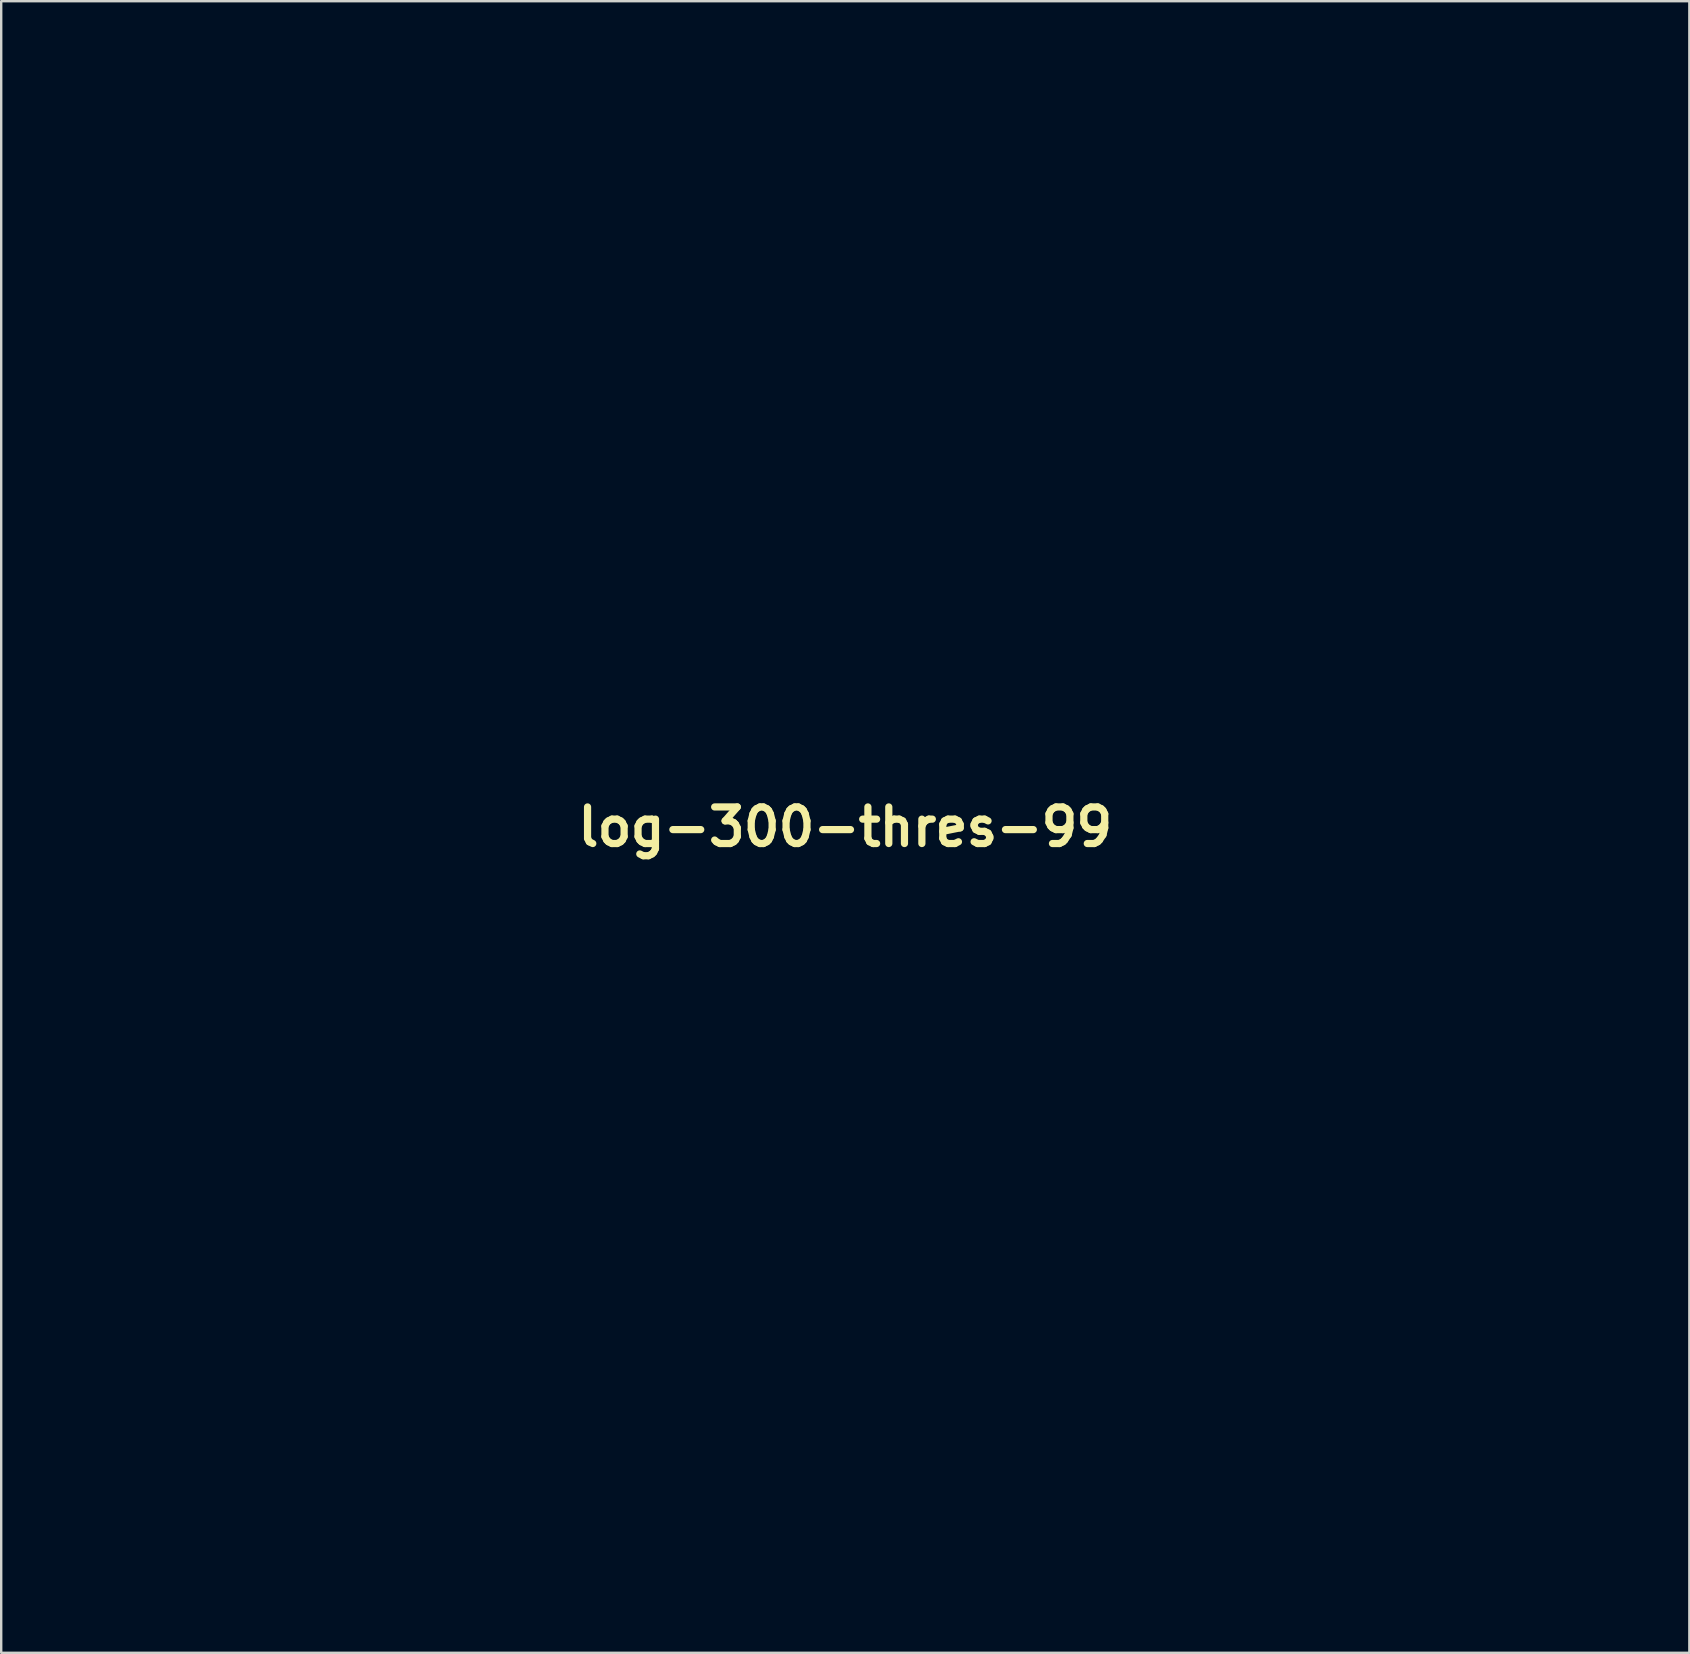
<source format=kicad_pcb>
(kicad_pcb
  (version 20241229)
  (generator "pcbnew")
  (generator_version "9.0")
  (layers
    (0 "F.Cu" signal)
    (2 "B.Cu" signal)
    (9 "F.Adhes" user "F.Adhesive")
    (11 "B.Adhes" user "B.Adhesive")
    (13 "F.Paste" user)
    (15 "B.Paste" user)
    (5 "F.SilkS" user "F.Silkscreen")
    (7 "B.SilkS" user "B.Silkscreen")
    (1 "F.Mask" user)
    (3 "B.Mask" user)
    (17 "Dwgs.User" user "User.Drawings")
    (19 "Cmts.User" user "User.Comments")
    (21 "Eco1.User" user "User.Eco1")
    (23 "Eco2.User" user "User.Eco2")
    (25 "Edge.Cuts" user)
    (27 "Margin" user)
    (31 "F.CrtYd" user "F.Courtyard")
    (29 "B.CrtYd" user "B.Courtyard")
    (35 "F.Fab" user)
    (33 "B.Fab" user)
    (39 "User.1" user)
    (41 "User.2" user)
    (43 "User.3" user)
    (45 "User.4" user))
  (footprint "log-300-thres-99"
    (layer "F.Cu")
    (at 32.178 31.416)
    (property "Reference" "log-300-thres-99" (at 0 0 0) (layer "F.SilkS") (effects (font (size 1.524 1.524) (thickness 0.3))))
    (attr through_hole)
    (fp_poly (pts (xy 14.809 -14.839) (xy 14.812 -14.817) (xy 14.839 -14.633) (xy 14.87 -14.499) (xy 14.878 -14.349) (xy 14.784 -14.309) (xy 14.671 -14.377) (xy 14.653 -14.457) (xy 14.678 -14.614) (xy 14.726 -14.762) (xy 14.777 -14.853) (xy 14.809 -14.839)) (stroke (width 0.01) (type solid)) (fill yes) (layer "F.Mask"))
    (fp_poly (pts (xy 18.907 28.58) (xy 19.001 28.747) (xy 19.025 28.978) (xy 19.005 29.133) (xy 18.899 29.258) (xy 18.738 29.29) (xy 18.602 29.221) (xy 18.575 29.175) (xy 18.55 29.005) (xy 18.557 28.815) (xy 18.632 28.617) (xy 18.766 28.536) (xy 18.907 28.58)) (stroke (width 0.01) (type solid)) (fill yes) (layer "F.Mask"))
    (fp_poly (pts (xy 20.202 28.593) (xy 20.263 28.681) (xy 20.278 28.884) (xy 20.278 28.914) (xy 20.263 29.138) (xy 20.2 29.244) (xy 20.087 29.279) (xy 19.913 29.252) (xy 19.848 29.181) (xy 19.821 29.006) (xy 19.827 28.815) (xy 19.879 28.637) (xy 20.009 28.577) (xy 20.066 28.575) (xy 20.202 28.593)) (stroke (width 0.01) (type solid)) (fill yes) (layer "F.Mask"))
    (fp_poly (pts (xy 17.484 -17.573) (xy 17.601 -17.431) (xy 17.675 -17.208) (xy 17.695 -16.946) (xy 17.65 -16.688) (xy 17.608 -16.589) (xy 17.477 -16.454) (xy 17.33 -16.438) (xy 17.229 -16.547) (xy 17.227 -16.552) (xy 17.165 -16.75) (xy 17.143 -16.818) (xy 17.124 -17.027) (xy 17.163 -17.272) (xy 17.241 -17.482) (xy 17.337 -17.589) (xy 17.484 -17.573)) (stroke (width 0.01) (type solid)) (fill yes) (layer "F.Mask"))
    (fp_poly (pts (xy 29.422 -12.493) (xy 29.539 -12.351) (xy 29.613 -12.128) (xy 29.633 -11.866) (xy 29.588 -11.608) (xy 29.546 -11.509) (xy 29.415 -11.374) (xy 29.268 -11.358) (xy 29.167 -11.467) (xy 29.165 -11.472) (xy 29.103 -11.67) (xy 29.081 -11.738) (xy 29.062 -11.947) (xy 29.101 -12.192) (xy 29.179 -12.402) (xy 29.275 -12.509) (xy 29.422 -12.493)) (stroke (width 0.01) (type solid)) (fill yes) (layer "F.Mask"))
    (fp_poly (pts (xy 20.206 -15.016) (xy 20.254 -14.912) (xy 20.275 -14.706) (xy 20.278 -14.477) (xy 20.272 -14.178) (xy 20.248 -14.009) (xy 20.191 -13.93) (xy 20.098 -13.902) (xy 19.926 -13.939) (xy 19.865 -14.015) (xy 19.825 -14.218) (xy 19.815 -14.492) (xy 19.832 -14.761) (xy 19.876 -14.952) (xy 19.887 -14.973) (xy 20.021 -15.055) (xy 20.118 -15.057) (xy 20.206 -15.016)) (stroke (width 0.01) (type solid)) (fill yes) (layer "F.Mask"))
    (fp_poly (pts (xy 18.737 -12.515) (xy 18.838 -12.485) (xy 18.894 -12.406) (xy 18.918 -12.237) (xy 18.923 -11.938) (xy 18.923 -11.938) (xy 18.918 -11.64) (xy 18.894 -11.47) (xy 18.838 -11.391) (xy 18.737 -11.361) (xy 18.737 -11.361) (xy 18.606 -11.373) (xy 18.531 -11.485) (xy 18.495 -11.636) (xy 18.472 -11.942) (xy 18.495 -12.24) (xy 18.552 -12.442) (xy 18.641 -12.516) (xy 18.737 -12.515)) (stroke (width 0.01) (type solid)) (fill yes) (layer "F.Mask"))
    (fp_poly (pts (xy 32.173 31.411) (xy -32.173 31.411) (xy -32.173 30.057) (xy -20.405 30.057) (xy -20.32 30.074) (xy -20.068 30.089) (xy -19.648 30.102) (xy -19.063 30.113) (xy -18.314 30.123) (xy -17.401 30.13) (xy -16.326 30.136) (xy -15.09 30.139) (xy -13.695 30.141) (xy -13.081 30.141) (xy -11.621 30.14) (xy -10.32 30.137) (xy -9.18 30.133) (xy -8.201 30.126) (xy -7.385 30.117) (xy -6.732 30.107) (xy -6.245 30.094) (xy -5.925 30.08) (xy -5.771 30.064) (xy -5.757 30.057) (xy -5.842 30.04) (xy -6.094 30.025) (xy -6.514 30.012) (xy -7.099 30) (xy -7.848 29.991) (xy -8.761 29.983) (xy -9.836 29.978) (xy -11.072 29.974) (xy -12.467 29.972) (xy -13.081 29.972) (xy -14.541 29.973) (xy -15.842 29.976) (xy -16.982 29.981) (xy -17.961 29.988) (xy -18.777 29.996) (xy -19.43 30.007) (xy -19.917 30.019) (xy -20.237 30.033) (xy -20.391 30.05) (xy -20.405 30.057) (xy -32.173 30.057) (xy -32.173 29.379) (xy -21.167 29.379) (xy -21.107 29.521) (xy -20.997 29.549) (xy -20.856 29.489) (xy -20.828 29.379) (xy -20.888 29.238) (xy -20.997 29.21) (xy -21.139 29.27) (xy -21.167 29.379) (xy -32.173 29.379) (xy -32.173 28.914) (xy -23.961 28.914) (xy -23.896 29.008) (xy -23.691 29.04) (xy -23.664 29.041) (xy -23.445 29.013) (xy -23.369 28.925) (xy -23.368 28.914) (xy -22.691 28.914) (xy -22.635 29.002) (xy -22.449 29.038) (xy -22.352 29.041) (xy -22.117 29.02) (xy -22.087 28.998) (xy -5.249 28.998) (xy -5.247 29.467) (xy -5.237 29.79) (xy -5.217 29.994) (xy -5.185 30.102) (xy -5.137 30.14) (xy -5.122 30.141) (xy -5.07 30.117) (xy -5.046 30.057) (xy -4.487 30.057) (xy -4.403 30.079) (xy -4.153 30.097) (xy -3.739 30.113) (xy -3.164 30.125) (xy -2.432 30.134) (xy -1.545 30.139) (xy -0.506 30.141) (xy -0.466 30.141) (xy 0.579 30.14) (xy 1.471 30.134) (xy 2.209 30.126) (xy 2.789 30.113) (xy 3.209 30.098) (xy 3.466 30.079) (xy 3.556 30.058) (xy 3.556 30.057) (xy 3.472 30.035) (xy 3.221 30.016) (xy 2.807 30) (xy 2.233 29.988) (xy 1.5 29.979) (xy 0.614 29.974) (xy -0.425 29.972) (xy -0.466 29.972) (xy -1.51 29.974) (xy -2.402 29.979) (xy -3.14 29.988) (xy -3.721 30) (xy -4.14 30.015) (xy -4.397 30.034) (xy -4.487 30.056) (xy -4.487 30.057) (xy -5.046 30.057) (xy -5.034 30.028) (xy -5.012 29.85) (xy -5.005 29.682) (xy 3.608 29.682) (xy 3.656 29.716) (xy 3.712 29.718) (xy 3.812 29.663) (xy 3.937 29.489) (xy 4.099 29.179) (xy 4.216 28.923) (xy 4.314 28.702) (xy 18.203 28.702) (xy 18.203 29.549) (xy 18.622 29.549) (xy 18.9 29.532) (xy 19.069 29.468) (xy 19.172 29.36) (xy 19.292 29.08) (xy 19.295 28.914) (xy 19.558 28.914) (xy 19.591 29.249) (xy 19.703 29.45) (xy 19.912 29.539) (xy 20.059 29.549) (xy 20.336 29.508) (xy 20.5 29.409) (xy 20.574 29.237) (xy 20.614 28.986) (xy 20.616 28.92) (xy 20.913 28.92) (xy 20.92 29.256) (xy 20.945 29.452) (xy 20.995 29.538) (xy 21.035 29.549) (xy 21.113 29.496) (xy 21.161 29.322) (xy 21.184 29.062) (xy 21.206 28.783) (xy 21.246 28.632) (xy 21.324 28.565) (xy 21.399 28.548) (xy 21.505 28.545) (xy 21.562 28.599) (xy 21.585 28.747) (xy 21.59 29.026) (xy 21.59 29.035) (xy 21.596 29.32) (xy 21.623 29.476) (xy 21.682 29.539) (xy 21.759 29.549) (xy 21.862 29.526) (xy 21.911 29.431) (xy 21.921 29.219) (xy 21.92 29.146) (xy 21.903 28.766) (xy 21.855 28.524) (xy 21.755 28.387) (xy 21.583 28.325) (xy 21.353 28.306) (xy 20.913 28.292) (xy 20.913 28.92) (xy 20.616 28.92) (xy 20.616 28.914) (xy 20.575 28.578) (xy 20.441 28.376) (xy 20.198 28.287) (xy 20.059 28.279) (xy 19.794 28.321) (xy 19.636 28.463) (xy 19.566 28.728) (xy 19.558 28.914) (xy 19.295 28.914) (xy 19.297 28.788) (xy 19.202 28.528) (xy 19.023 28.344) (xy 18.791 28.279) (xy 18.612 28.255) (xy 18.547 28.154) (xy 18.542 28.067) (xy 18.502 27.901) (xy 18.373 27.855) (xy 18.296 27.867) (xy 18.246 27.922) (xy 18.219 28.052) (xy 18.206 28.286) (xy 18.203 28.657) (xy 18.203 28.702) (xy 4.314 28.702) (xy 4.405 28.498) (xy 4.533 28.204) (xy 4.607 28.017) (xy 4.634 27.912) (xy 4.621 27.867) (xy 4.576 27.855) (xy 4.535 27.855) (xy 4.468 27.88) (xy 4.388 27.966) (xy 4.286 28.133) (xy 4.152 28.399) (xy 3.974 28.782) (xy 3.744 29.302) (xy 3.719 29.358) (xy 3.628 29.577) (xy 3.608 29.682) (xy -5.005 29.682) (xy -5 29.558) (xy -4.995 29.128) (xy -4.995 28.998) (xy -4.998 28.53) (xy -5.008 28.206) (xy -5.028 28.003) (xy -5.06 27.894) (xy -5.108 27.857) (xy -5.122 27.855) (xy -5.174 27.879) (xy -5.21 27.968) (xy -5.233 28.146) (xy -5.245 28.438) (xy -5.249 28.869) (xy -5.249 28.998) (xy -22.087 28.998) (xy -22.019 28.95) (xy -22.013 28.914) (xy -22.069 28.825) (xy -22.255 28.789) (xy -22.352 28.787) (xy -22.587 28.808) (xy -22.685 28.877) (xy -22.691 28.914) (xy -23.368 28.914) (xy -23.432 28.82) (xy -23.637 28.787) (xy -23.664 28.787) (xy -23.884 28.814) (xy -23.96 28.902) (xy -23.961 28.914) (xy -32.173 28.914) (xy -32.173 28.194) (xy -25.146 28.194) (xy -25.125 28.429) (xy -25.056 28.527) (xy -25.019 28.533) (xy -24.931 28.477) (xy -24.894 28.291) (xy -24.892 28.194) (xy -24.913 27.959) (xy -24.982 27.861) (xy -25.019 27.855) (xy -25.107 27.911) (xy -25.144 28.097) (xy -25.146 28.194) (xy -32.173 28.194) (xy -32.173 27.517) (xy -28.363 27.517) (xy -28.281 27.55) (xy -28.043 27.576) (xy -27.662 27.593) (xy -27.152 27.601) (xy -27.009 27.601) (xy -26.469 27.596) (xy -26.055 27.581) (xy -25.781 27.557) (xy -25.659 27.526) (xy -25.654 27.517) (xy -25.736 27.483) (xy -25.975 27.457) (xy -26.356 27.44) (xy -26.866 27.432) (xy -27.009 27.432) (xy -27.548 27.437) (xy -27.962 27.452) (xy -28.237 27.476) (xy -28.358 27.508) (xy -28.363 27.517) (xy -32.173 27.517) (xy -32.173 25.389) (xy -29.535 25.389) (xy -29.49 25.492) (xy -29.393 25.715) (xy -29.256 26.023) (xy -29.125 26.319) (xy -28.935 26.727) (xy -28.789 26.993) (xy -28.675 27.137) (xy -28.589 27.176) (xy -28.473 27.146) (xy -28.462 27.104) (xy -28.506 27.001) (xy -28.604 26.778) (xy -28.74 26.47) (xy -28.745 26.458) (xy -5.249 26.458) (xy -5.247 26.927) (xy -5.237 27.25) (xy -5.217 27.454) (xy -5.185 27.562) (xy -5.137 27.6) (xy -5.122 27.601) (xy -5.07 27.577) (xy -5.046 27.517) (xy 12.7 27.517) (xy 12.784 27.537) (xy 13.036 27.555) (xy 13.451 27.57) (xy 14.03 27.582) (xy 14.768 27.591) (xy 15.664 27.598) (xy 16.715 27.601) (xy 17.399 27.601) (xy 18.54 27.6) (xy 19.527 27.595) (xy 20.357 27.588) (xy 21.029 27.577) (xy 21.54 27.564) (xy 21.887 27.548) (xy 22.069 27.529) (xy 22.098 27.517) (xy 22.014 27.496) (xy 21.762 27.478) (xy 21.347 27.463) (xy 20.768 27.451) (xy 20.03 27.442) (xy 19.134 27.436) (xy 18.083 27.433) (xy 17.399 27.432) (xy 16.258 27.434) (xy 15.271 27.438) (xy 14.441 27.446) (xy 13.769 27.456) (xy 13.258 27.469) (xy 12.911 27.485) (xy 12.729 27.504) (xy 12.7 27.517) (xy -5.046 27.517) (xy -5.034 27.488) (xy -5.012 27.31) (xy -5.003 27.104) (xy 4.925 27.104) (xy 4.969 27.164) (xy 5.052 27.176) (xy 5.147 27.129) (xy 5.188 27.074) (xy 22.198 27.074) (xy 22.203 27.155) (xy 22.255 27.178) (xy 22.259 27.178) (xy 22.352 27.126) (xy 22.476 26.961) (xy 22.638 26.667) (xy 22.841 26.247) (xy 23.022 25.851) (xy 23.133 25.583) (xy 23.183 25.42) (xy 23.179 25.338) (xy 23.126 25.315) (xy 23.123 25.315) (xy 23.029 25.367) (xy 22.905 25.532) (xy 22.743 25.826) (xy 22.54 26.247) (xy 22.36 26.643) (xy 22.248 26.911) (xy 22.198 27.074) (xy 5.188 27.074) (xy 5.263 26.975) (xy 5.336 26.839) (xy 11.938 26.839) (xy 11.998 26.981) (xy 12.107 27.009) (xy 12.249 26.949) (xy 12.277 26.839) (xy 12.217 26.698) (xy 12.107 26.67) (xy 11.966 26.73) (xy 11.938 26.839) (xy 5.336 26.839) (xy 5.413 26.697) (xy 5.565 26.369) (xy 9.144 26.369) (xy 9.193 26.458) (xy 9.362 26.497) (xy 9.49 26.501) (xy 9.724 26.481) (xy 9.804 26.42) (xy 9.801 26.395) (xy 9.773 26.374) (xy 10.499 26.374) (xy 10.563 26.468) (xy 10.768 26.5) (xy 10.795 26.501) (xy 11.014 26.473) (xy 11.091 26.385) (xy 11.091 26.374) (xy 11.027 26.28) (xy 10.822 26.247) (xy 10.795 26.247) (xy 10.576 26.274) (xy 10.499 26.362) (xy 10.499 26.374) (xy 9.773 26.374) (xy 9.701 26.319) (xy 9.501 26.268) (xy 9.455 26.263) (xy 9.24 26.263) (xy 9.152 26.321) (xy 9.144 26.369) (xy 5.565 26.369) (xy 5.588 26.319) (xy 5.744 25.966) (xy 5.875 25.67) (xy 5.907 25.598) (xy 7.959 25.598) (xy 7.981 25.848) (xy 8.062 25.967) (xy 8.184 25.993) (xy 8.268 25.912) (xy 8.297 25.671) (xy 8.297 25.654) (xy 8.283 25.432) (xy 8.226 25.335) (xy 8.128 25.315) (xy 8.009 25.35) (xy 7.963 25.486) (xy 7.959 25.598) (xy 5.907 25.598) (xy 5.965 25.465) (xy 5.997 25.389) (xy 5.953 25.329) (xy 5.87 25.317) (xy 5.775 25.364) (xy 5.659 25.518) (xy 5.509 25.796) (xy 5.334 26.175) (xy 5.178 26.527) (xy 5.047 26.823) (xy 4.957 27.028) (xy 4.925 27.104) (xy -5.003 27.104) (xy -5 27.018) (xy -4.995 26.588) (xy -4.995 26.458) (xy -4.998 25.99) (xy -5.008 25.666) (xy -5.028 25.463) (xy -5.06 25.354) (xy -5.108 25.317) (xy -5.122 25.315) (xy -5.174 25.339) (xy -5.21 25.428) (xy -5.233 25.606) (xy -5.245 25.898) (xy -5.249 26.329) (xy -5.249 26.458) (xy -28.745 26.458) (xy -28.871 26.175) (xy -29.061 25.767) (xy -29.208 25.5) (xy -29.322 25.356) (xy -29.408 25.317) (xy -29.523 25.348) (xy -29.535 25.389) (xy -32.173 25.389) (xy -32.173 24.977) (xy -9.821 24.977) (xy -9.737 25) (xy -9.488 25.02) (xy -9.077 25.037) (xy -8.508 25.049) (xy -7.784 25.057) (xy -6.911 25.061) (xy -6.477 25.061) (xy -5.538 25.059) (xy -4.748 25.053) (xy -4.11 25.042) (xy -3.629 25.028) (xy -3.307 25.01) (xy -3.149 24.988) (xy -3.133 24.977) (xy -3.217 24.953) (xy -3.466 24.933) (xy -3.877 24.917) (xy -4.446 24.905) (xy -5.17 24.896) (xy -6.043 24.892) (xy -6.477 24.892) (xy -7.416 24.894) (xy -8.206 24.9) (xy -8.844 24.911) (xy -9.325 24.925) (xy -9.647 24.944) (xy -9.805 24.966) (xy -9.821 24.977) (xy -32.173 24.977) (xy -32.173 22.847) (xy -30.851 22.847) (xy -30.799 22.998) (xy -30.74 23.135) (xy -30.504 23.669) (xy -30.322 24.064) (xy -30.184 24.34) (xy -30.079 24.515) (xy -29.998 24.608) (xy -29.93 24.638) (xy -29.924 24.638) (xy -29.826 24.589) (xy -29.837 24.502) (xy -30.031 24.025) (xy -30.12 23.829) (xy -10.753 23.829) (xy -10.703 23.918) (xy -10.535 23.957) (xy -10.407 23.961) (xy -10.173 23.941) (xy -10.093 23.88) (xy -10.096 23.855) (xy -10.13 23.829) (xy -2.794 23.829) (xy -2.745 23.918) (xy -2.576 23.957) (xy -2.448 23.961) (xy -2.214 23.941) (xy -2.134 23.88) (xy -2.137 23.855) (xy -2.165 23.834) (xy -1.439 23.834) (xy -1.375 23.928) (xy -1.17 23.96) (xy -1.143 23.961) (xy -0.924 23.933) (xy -0.847 23.845) (xy -0.847 23.834) (xy -0.169 23.834) (xy -0.113 23.922) (xy 0.072 23.958) (xy 0.169 23.961) (xy 0.405 23.94) (xy 0.502 23.87) (xy 0.508 23.834) (xy 0.505 23.829) (xy 1.185 23.829) (xy 1.235 23.918) (xy 1.403 23.957) (xy 1.531 23.961) (xy 1.765 23.941) (xy 1.845 23.88) (xy 1.842 23.855) (xy 1.814 23.834) (xy 2.54 23.834) (xy 2.604 23.928) (xy 2.809 23.96) (xy 2.836 23.961) (xy 3.056 23.933) (xy 3.068 23.918) (xy 4.064 23.918) (xy 4.067 24.387) (xy 4.077 24.71) (xy 4.096 24.914) (xy 4.129 25.022) (xy 4.177 25.06) (xy 4.191 25.061) (xy 4.243 25.037) (xy 4.268 24.977) (xy 4.826 24.977) (xy 4.908 25.011) (xy 5.146 25.037) (xy 5.525 25.054) (xy 6.031 25.061) (xy 6.133 25.061) (xy 6.638 25.056) (xy 7.046 25.041) (xy 7.334 25.017) (xy 7.48 24.986) (xy 7.493 24.977) (xy 7.434 24.942) (xy 7.211 24.915) (xy 6.829 24.899) (xy 6.293 24.892) (xy 6.186 24.892) (xy 5.645 24.897) (xy 5.23 24.912) (xy 4.954 24.936) (xy 4.831 24.968) (xy 4.826 24.977) (xy 4.268 24.977) (xy 4.279 24.948) (xy 4.302 24.77) (xy 4.314 24.478) (xy 4.318 24.048) (xy 4.318 23.918) (xy 4.315 23.45) (xy 4.305 23.126) (xy 4.286 22.923) (xy 4.271 22.874) (xy 22.197 22.874) (xy 22.244 23.033) (xy 22.353 23.296) (xy 22.53 23.685) (xy 22.54 23.707) (xy 22.749 24.14) (xy 22.91 24.429) (xy 23.033 24.59) (xy 23.123 24.638) (xy 23.177 24.617) (xy 23.184 24.539) (xy 23.137 24.38) (xy 23.028 24.118) (xy 22.851 23.728) (xy 22.841 23.707) (xy 22.632 23.274) (xy 22.471 22.984) (xy 22.349 22.823) (xy 22.259 22.775) (xy 22.204 22.796) (xy 22.197 22.874) (xy 4.271 22.874) (xy 4.253 22.814) (xy 4.205 22.777) (xy 4.191 22.775) (xy 4.139 22.799) (xy 4.103 22.888) (xy 4.08 23.066) (xy 4.068 23.358) (xy 4.064 23.789) (xy 4.064 23.918) (xy 3.068 23.918) (xy 3.132 23.845) (xy 3.133 23.834) (xy 3.068 23.74) (xy 2.863 23.707) (xy 2.836 23.707) (xy 2.617 23.734) (xy 2.541 23.822) (xy 2.54 23.834) (xy 1.814 23.834) (xy 1.743 23.779) (xy 1.542 23.728) (xy 1.496 23.723) (xy 1.281 23.723) (xy 1.193 23.781) (xy 1.185 23.829) (xy 0.505 23.829) (xy 0.452 23.745) (xy 0.267 23.709) (xy 0.169 23.707) (xy -0.066 23.728) (xy -0.163 23.797) (xy -0.169 23.834) (xy -0.847 23.834) (xy -0.911 23.74) (xy -1.116 23.707) (xy -1.143 23.707) (xy -1.362 23.734) (xy -1.439 23.822) (xy -1.439 23.834) (xy -2.165 23.834) (xy -2.237 23.779) (xy -2.437 23.728) (xy -2.483 23.723) (xy -2.698 23.723) (xy -2.786 23.781) (xy -2.794 23.829) (xy -10.13 23.829) (xy -10.195 23.779) (xy -10.396 23.728) (xy -10.442 23.723) (xy -10.657 23.723) (xy -10.745 23.781) (xy -10.753 23.829) (xy -30.12 23.829) (xy -30.227 23.591) (xy -30.413 23.225) (xy -30.479 23.114) (xy -11.853 23.114) (xy -11.832 23.349) (xy -11.763 23.447) (xy -11.726 23.453) (xy -11.638 23.397) (xy -11.602 23.211) (xy -11.599 23.114) (xy -11.62 22.879) (xy -11.69 22.781) (xy -11.726 22.775) (xy -11.815 22.831) (xy -11.851 23.017) (xy -11.853 23.114) (xy -30.479 23.114) (xy -30.575 22.953) (xy -30.699 22.8) (xy -30.747 22.775) (xy -30.834 22.786) (xy -30.851 22.847) (xy -32.173 22.847) (xy -32.173 21.378) (xy -31.75 21.378) (xy -31.747 21.847) (xy -31.737 22.17) (xy -31.718 22.374) (xy -31.685 22.482) (xy -31.637 22.52) (xy -31.623 22.521) (xy -31.571 22.497) (xy -31.535 22.408) (xy -31.512 22.23) (xy -31.5 21.938) (xy -31.496 21.508) (xy -31.496 21.378) (xy -31.496 21.294) (xy -16.002 21.294) (xy -15.938 21.388) (xy -15.733 21.42) (xy -15.706 21.421) (xy -15.486 21.393) (xy -15.474 21.378) (xy -14.478 21.378) (xy -14.475 21.847) (xy -14.465 22.17) (xy -14.446 22.374) (xy -14.413 22.482) (xy -14.365 22.52) (xy -14.351 22.521) (xy -14.299 22.497) (xy -14.274 22.437) (xy -13.801 22.437) (xy -13.721 22.478) (xy -13.502 22.507) (xy -13.174 22.521) (xy -13.081 22.521) (xy -12.731 22.512) (xy -12.482 22.486) (xy -12.366 22.448) (xy -12.361 22.437) (xy -12.441 22.395) (xy -12.66 22.366) (xy -12.988 22.353) (xy -13.081 22.352) (xy -13.431 22.361) (xy -13.68 22.387) (xy -13.796 22.426) (xy -13.801 22.437) (xy -14.274 22.437) (xy -14.263 22.408) (xy -14.24 22.23) (xy -14.228 21.938) (xy -14.224 21.508) (xy -14.224 21.378) (xy -14.227 20.91) (xy -14.237 20.586) (xy -14.256 20.383) (xy -14.279 20.307) (xy 3.608 20.307) (xy 3.66 20.458) (xy 3.719 20.595) (xy 3.955 21.129) (xy 4.137 21.524) (xy 4.275 21.8) (xy 4.38 21.975) (xy 4.461 22.068) (xy 4.529 22.098) (xy 4.535 22.098) (xy 4.634 22.049) (xy 4.622 21.962) (xy 4.429 21.485) (xy 4.232 21.051) (xy 4.046 20.685) (xy 3.885 20.413) (xy 3.76 20.26) (xy 3.757 20.258) (xy 20.855 20.258) (xy 20.856 20.322) (xy 20.899 20.454) (xy 20.99 20.677) (xy 21.138 21.016) (xy 21.266 21.306) (xy 21.447 21.698) (xy 21.588 21.947) (xy 21.699 22.073) (xy 21.768 22.098) (xy 21.858 22.088) (xy 21.878 22.031) (xy 21.829 21.886) (xy 21.765 21.738) (xy 21.53 21.205) (xy 21.348 20.809) (xy 21.209 20.533) (xy 21.105 20.358) (xy 21.023 20.265) (xy 20.955 20.236) (xy 20.949 20.235) (xy 20.888 20.237) (xy 20.855 20.258) (xy 3.757 20.258) (xy 3.712 20.235) (xy 3.626 20.246) (xy 3.608 20.307) (xy -14.279 20.307) (xy -14.289 20.274) (xy -14.337 20.237) (xy -14.351 20.235) (xy -14.403 20.259) (xy -14.439 20.348) (xy -14.462 20.526) (xy -14.474 20.818) (xy -14.478 21.249) (xy -14.478 21.378) (xy -15.474 21.378) (xy -15.41 21.305) (xy -15.409 21.294) (xy -15.474 21.2) (xy -15.679 21.167) (xy -15.706 21.167) (xy -15.925 21.194) (xy -16.001 21.282) (xy -16.002 21.294) (xy -31.496 21.294) (xy -31.499 20.91) (xy -31.509 20.586) (xy -31.51 20.574) (xy -17.187 20.574) (xy -17.166 20.809) (xy -17.097 20.907) (xy -17.06 20.913) (xy -16.972 20.857) (xy -16.936 20.671) (xy -16.933 20.574) (xy -16.954 20.339) (xy -17.024 20.241) (xy -17.06 20.235) (xy -17.149 20.291) (xy -17.185 20.477) (xy -17.187 20.574) (xy -31.51 20.574) (xy -31.528 20.383) (xy -31.561 20.274) (xy -31.609 20.237) (xy -31.623 20.235) (xy -31.675 20.259) (xy -31.711 20.348) (xy -31.734 20.526) (xy -31.746 20.818) (xy -31.75 21.249) (xy -31.75 21.378) (xy -32.173 21.378) (xy -32.173 18.838) (xy -31.75 18.838) (xy -31.747 19.307) (xy -31.737 19.63) (xy -31.718 19.834) (xy -31.685 19.942) (xy -31.637 19.98) (xy -31.623 19.981) (xy -31.571 19.957) (xy -31.546 19.897) (xy -19.05 19.897) (xy -18.971 19.939) (xy -18.755 19.968) (xy -18.433 19.981) (xy -18.373 19.981) (xy -18.037 19.971) (xy -17.802 19.944) (xy -17.698 19.904) (xy -17.695 19.897) (xy -13.801 19.897) (xy -13.721 19.938) (xy -13.502 19.967) (xy -13.174 19.981) (xy -13.081 19.981) (xy -12.731 19.972) (xy -12.482 19.946) (xy -12.366 19.908) (xy -12.361 19.897) (xy -12.361 19.897) (xy 8.805 19.897) (xy 8.805 19.897) (xy 8.889 19.919) (xy 9.14 19.938) (xy 9.554 19.953) (xy 10.128 19.965) (xy 10.86 19.974) (xy 11.746 19.98) (xy 12.784 19.981) (xy 12.785 19.981) (xy 13.823 19.98) (xy 14.709 19.974) (xy 15.441 19.965) (xy 16.015 19.953) (xy 16.429 19.938) (xy 16.68 19.919) (xy 16.764 19.897) (xy 16.764 19.897) (xy 16.68 19.875) (xy 16.429 19.856) (xy 16.015 19.84) (xy 15.441 19.828) (xy 14.709 19.819) (xy 13.823 19.814) (xy 12.785 19.812) (xy 12.785 19.812) (xy 11.747 19.814) (xy 10.86 19.819) (xy 10.129 19.828) (xy 9.554 19.84) (xy 9.14 19.856) (xy 8.89 19.875) (xy 8.805 19.897) (xy -12.361 19.897) (xy -12.441 19.855) (xy -12.66 19.826) (xy -12.988 19.813) (xy -13.081 19.812) (xy -13.431 19.821) (xy -13.68 19.847) (xy -13.796 19.886) (xy -13.801 19.897) (xy -17.695 19.897) (xy -17.775 19.855) (xy -17.991 19.825) (xy -18.312 19.812) (xy -18.373 19.812) (xy -18.708 19.822) (xy -18.944 19.849) (xy -19.048 19.889) (xy -19.05 19.897) (xy -31.546 19.897) (xy -31.535 19.868) (xy -31.512 19.69) (xy -31.5 19.398) (xy -31.496 18.968) (xy -31.496 18.838) (xy -31.499 18.37) (xy -31.509 18.046) (xy -31.528 17.843) (xy -31.543 17.794) (xy -20.221 17.794) (xy -20.174 17.953) (xy -20.065 18.216) (xy -19.888 18.605) (xy -19.878 18.627) (xy -19.669 19.06) (xy -19.508 19.349) (xy -19.385 19.51) (xy -19.295 19.558) (xy -19.241 19.537) (xy -19.234 19.459) (xy -19.235 19.454) (xy -12.261 19.454) (xy -12.257 19.535) (xy -12.204 19.558) (xy -12.201 19.558) (xy -12.107 19.506) (xy -11.983 19.341) (xy -11.821 19.047) (xy -11.618 18.627) (xy -11.438 18.231) (xy -11.326 17.963) (xy -11.276 17.8) (xy -11.281 17.718) (xy -11.282 17.718) (xy 2.313 17.718) (xy 2.314 17.782) (xy 2.357 17.914) (xy 2.448 18.137) (xy 2.596 18.476) (xy 2.724 18.766) (xy 2.905 19.158) (xy 3.046 19.407) (xy 3.157 19.533) (xy 3.226 19.558) (xy 3.316 19.548) (xy 3.333 19.501) (xy 20.851 19.501) (xy 20.863 19.547) (xy 20.907 19.558) (xy 20.949 19.558) (xy 21.069 19.478) (xy 21.222 19.243) (xy 21.349 18.986) (xy 21.563 18.513) (xy 21.716 18.172) (xy 21.813 17.942) (xy 21.862 17.801) (xy 21.87 17.727) (xy 21.844 17.699) (xy 21.79 17.695) (xy 21.768 17.695) (xy 21.671 17.744) (xy 21.553 17.902) (xy 21.402 18.188) (xy 21.266 18.487) (xy 21.078 18.913) (xy 20.952 19.208) (xy 20.878 19.396) (xy 20.851 19.501) (xy 3.333 19.501) (xy 3.336 19.491) (xy 3.287 19.346) (xy 3.232 19.219) (xy 7.959 19.219) (xy 8.019 19.361) (xy 8.128 19.389) (xy 8.27 19.329) (xy 8.297 19.219) (xy 17.187 19.219) (xy 17.237 19.352) (xy 17.399 19.389) (xy 17.565 19.349) (xy 17.611 19.219) (xy 17.561 19.087) (xy 17.399 19.05) (xy 17.233 19.09) (xy 17.187 19.219) (xy 8.297 19.219) (xy 8.237 19.078) (xy 8.128 19.05) (xy 7.986 19.11) (xy 7.959 19.219) (xy 3.232 19.219) (xy 3.223 19.198) (xy 3.027 18.754) (xy 6.519 18.754) (xy 6.584 18.848) (xy 6.789 18.88) (xy 6.816 18.881) (xy 7.035 18.853) (xy 7.111 18.765) (xy 7.112 18.754) (xy 18.457 18.754) (xy 18.522 18.848) (xy 18.727 18.88) (xy 18.754 18.881) (xy 18.973 18.853) (xy 19.049 18.765) (xy 19.05 18.754) (xy 19.727 18.754) (xy 19.783 18.842) (xy 19.969 18.878) (xy 20.066 18.881) (xy 20.301 18.86) (xy 20.399 18.79) (xy 20.405 18.754) (xy 20.349 18.665) (xy 20.163 18.629) (xy 20.066 18.627) (xy 19.831 18.648) (xy 19.733 18.717) (xy 19.727 18.754) (xy 19.05 18.754) (xy 18.986 18.66) (xy 18.781 18.627) (xy 18.754 18.627) (xy 18.534 18.654) (xy 18.458 18.742) (xy 18.457 18.754) (xy 7.112 18.754) (xy 7.048 18.66) (xy 6.843 18.627) (xy 6.816 18.627) (xy 6.596 18.654) (xy 6.52 18.742) (xy 6.519 18.754) (xy 3.027 18.754) (xy 2.988 18.665) (xy 2.806 18.269) (xy 2.688 18.034) (xy 5.334 18.034) (xy 5.355 18.269) (xy 5.424 18.367) (xy 5.461 18.373) (xy 5.549 18.317) (xy 5.586 18.131) (xy 5.588 18.034) (xy 5.567 17.799) (xy 5.498 17.701) (xy 5.461 17.695) (xy 5.373 17.751) (xy 5.336 17.937) (xy 5.334 18.034) (xy 2.688 18.034) (xy 2.667 17.993) (xy 2.563 17.818) (xy 2.481 17.725) (xy 2.413 17.696) (xy 2.407 17.695) (xy 2.346 17.697) (xy 2.313 17.718) (xy -11.282 17.718) (xy -11.333 17.695) (xy -11.337 17.695) (xy -11.43 17.747) (xy -11.554 17.912) (xy -11.716 18.206) (xy -11.919 18.627) (xy -12.1 19.023) (xy -12.211 19.291) (xy -12.261 19.454) (xy -19.235 19.454) (xy -19.281 19.3) (xy -19.39 19.038) (xy -19.567 18.648) (xy -19.577 18.627) (xy -19.786 18.194) (xy -19.947 17.904) (xy -20.069 17.743) (xy -20.159 17.695) (xy -20.214 17.716) (xy -20.221 17.794) (xy -31.543 17.794) (xy -31.561 17.734) (xy -31.609 17.697) (xy -31.623 17.695) (xy -31.675 17.719) (xy -31.711 17.808) (xy -31.734 17.986) (xy -31.746 18.278) (xy -31.75 18.709) (xy -31.75 18.838) (xy -32.173 18.838) (xy -32.173 16.298) (xy -31.75 16.298) (xy -31.747 16.767) (xy -31.737 17.09) (xy -31.718 17.294) (xy -31.685 17.402) (xy -31.637 17.44) (xy -31.623 17.441) (xy -31.571 17.417) (xy -31.546 17.357) (xy -11.091 17.357) (xy -11.008 17.386) (xy -10.763 17.409) (xy -10.365 17.427) (xy -9.822 17.437) (xy -9.141 17.441) (xy -9.107 17.441) (xy -8.44 17.438) (xy -7.891 17.427) (xy -7.471 17.411) (xy -7.195 17.388) (xy -7.073 17.36) (xy -7.07 17.357) (xy -5.842 17.357) (xy -5.762 17.398) (xy -5.544 17.427) (xy -5.215 17.441) (xy -5.122 17.441) (xy -4.772 17.432) (xy -4.524 17.406) (xy -4.408 17.368) (xy -4.403 17.357) (xy 0.847 17.357) (xy 0.93 17.386) (xy 1.175 17.409) (xy 1.573 17.427) (xy 2.117 17.437) (xy 2.798 17.441) (xy 2.836 17.441) (xy 3.525 17.438) (xy 4.076 17.427) (xy 4.481 17.41) (xy 4.734 17.387) (xy 4.826 17.358) (xy 4.826 17.357) (xy 19.389 17.357) (xy 19.468 17.399) (xy 19.684 17.428) (xy 20.005 17.441) (xy 20.066 17.441) (xy 20.401 17.431) (xy 20.637 17.404) (xy 20.741 17.364) (xy 20.743 17.357) (xy 20.664 17.315) (xy 20.448 17.285) (xy 20.127 17.272) (xy 20.066 17.272) (xy 19.731 17.282) (xy 19.495 17.309) (xy 19.391 17.349) (xy 19.389 17.357) (xy 4.826 17.357) (xy 4.743 17.327) (xy 4.498 17.304) (xy 4.1 17.287) (xy 3.556 17.276) (xy 2.875 17.272) (xy 2.836 17.272) (xy 2.148 17.276) (xy 1.597 17.286) (xy 1.191 17.303) (xy 0.939 17.326) (xy 0.847 17.355) (xy 0.847 17.357) (xy -4.403 17.357) (xy -4.482 17.315) (xy -4.701 17.286) (xy -5.03 17.273) (xy -5.122 17.272) (xy -5.473 17.281) (xy -5.721 17.307) (xy -5.837 17.346) (xy -5.842 17.357) (xy -7.07 17.357) (xy -7.133 17.327) (xy -7.363 17.303) (xy -7.757 17.286) (xy -8.31 17.276) (xy -9.021 17.272) (xy -9.054 17.272) (xy -9.753 17.275) (xy -10.313 17.286) (xy -10.728 17.302) (xy -10.99 17.325) (xy -11.09 17.353) (xy -11.091 17.357) (xy -31.546 17.357) (xy -31.535 17.328) (xy -31.512 17.15) (xy -31.5 16.858) (xy -31.496 16.428) (xy -31.496 16.298) (xy -31.499 15.83) (xy -31.509 15.506) (xy -31.528 15.303) (xy -31.55 15.229) (xy -21.576 15.229) (xy -21.532 15.332) (xy -21.434 15.555) (xy -21.298 15.863) (xy -21.167 16.159) (xy -20.977 16.567) (xy -20.83 16.833) (xy -20.716 16.977) (xy -20.63 17.016) (xy -20.515 16.986) (xy -20.503 16.944) (xy -7.013 16.944) (xy -6.969 17.004) (xy -6.886 17.016) (xy -6.791 16.969) (xy -6.675 16.815) (xy -6.525 16.537) (xy -6.35 16.159) (xy -6.194 15.806) (xy -6.063 15.51) (xy -5.973 15.305) (xy -5.941 15.229) (xy -5.942 15.227) (xy -0.371 15.227) (xy -0.319 15.378) (xy -0.26 15.515) (xy -0.024 16.049) (xy 0.158 16.444) (xy 0.296 16.72) (xy 0.401 16.895) (xy 0.482 16.988) (xy 0.55 17.018) (xy 0.556 17.018) (xy 0.654 16.969) (xy 0.643 16.882) (xy 0.449 16.405) (xy 0.253 15.971) (xy 0.067 15.605) (xy -0.095 15.333) (xy -0.158 15.254) (xy 18.218 15.254) (xy 18.265 15.413) (xy 18.374 15.676) (xy 18.551 16.065) (xy 18.561 16.087) (xy 18.77 16.52) (xy 18.931 16.809) (xy 19.053 16.97) (xy 19.143 17.018) (xy 19.198 16.997) (xy 19.205 16.919) (xy 19.158 16.76) (xy 19.049 16.498) (xy 18.958 16.298) (xy 21.251 16.298) (xy 21.254 16.767) (xy 21.264 17.09) (xy 21.284 17.294) (xy 21.316 17.402) (xy 21.364 17.44) (xy 21.378 17.441) (xy 21.43 17.417) (xy 21.466 17.328) (xy 21.489 17.15) (xy 21.501 16.858) (xy 21.505 16.428) (xy 21.505 16.298) (xy 21.503 15.83) (xy 21.493 15.506) (xy 21.473 15.303) (xy 21.441 15.194) (xy 21.393 15.157) (xy 21.378 15.155) (xy 21.326 15.179) (xy 21.29 15.268) (xy 21.268 15.446) (xy 21.256 15.738) (xy 21.251 16.169) (xy 21.251 16.298) (xy 18.958 16.298) (xy 18.872 16.108) (xy 18.862 16.087) (xy 18.653 15.654) (xy 18.492 15.364) (xy 18.369 15.203) (xy 18.279 15.155) (xy 18.225 15.176) (xy 18.218 15.254) (xy -0.158 15.254) (xy -0.219 15.18) (xy -0.267 15.155) (xy -0.354 15.166) (xy -0.371 15.227) (xy -5.942 15.227) (xy -5.985 15.169) (xy -6.068 15.157) (xy -6.163 15.204) (xy -6.279 15.358) (xy -6.429 15.636) (xy -6.604 16.015) (xy -6.76 16.367) (xy -6.891 16.663) (xy -6.981 16.868) (xy -7.013 16.944) (xy -20.503 16.944) (xy -20.548 16.841) (xy -20.645 16.618) (xy -20.782 16.31) (xy -20.824 16.214) (xy -19.981 16.214) (xy -19.917 16.308) (xy -19.712 16.34) (xy -19.685 16.341) (xy -19.466 16.313) (xy -19.389 16.225) (xy -19.389 16.214) (xy -18.711 16.214) (xy -18.655 16.302) (xy -18.47 16.338) (xy -18.373 16.341) (xy -18.137 16.32) (xy -18.04 16.25) (xy -18.034 16.214) (xy -17.357 16.214) (xy -17.292 16.308) (xy -17.087 16.34) (xy -17.06 16.341) (xy -16.841 16.313) (xy -16.765 16.225) (xy -16.764 16.214) (xy -16.002 16.214) (xy -15.938 16.308) (xy -15.733 16.34) (xy -15.706 16.341) (xy -15.486 16.313) (xy -15.41 16.225) (xy -15.409 16.214) (xy -14.732 16.214) (xy -14.676 16.302) (xy -14.491 16.338) (xy -14.393 16.341) (xy -14.158 16.32) (xy -14.061 16.25) (xy -14.055 16.214) (xy -14.111 16.125) (xy -14.296 16.089) (xy -14.393 16.087) (xy -14.629 16.108) (xy -14.726 16.177) (xy -14.732 16.214) (xy -15.409 16.214) (xy -15.474 16.12) (xy -15.679 16.087) (xy -15.706 16.087) (xy -15.925 16.114) (xy -16.001 16.202) (xy -16.002 16.214) (xy -16.764 16.214) (xy -16.828 16.12) (xy -17.033 16.087) (xy -17.06 16.087) (xy -17.28 16.114) (xy -17.356 16.202) (xy -17.357 16.214) (xy -18.034 16.214) (xy -18.09 16.125) (xy -18.275 16.089) (xy -18.373 16.087) (xy -18.608 16.108) (xy -18.705 16.177) (xy -18.711 16.214) (xy -19.389 16.214) (xy -19.453 16.12) (xy -19.658 16.087) (xy -19.685 16.087) (xy -19.904 16.114) (xy -19.981 16.202) (xy -19.981 16.214) (xy -20.824 16.214) (xy -20.913 16.015) (xy -21.103 15.607) (xy -21.164 15.494) (xy -13.208 15.494) (xy -13.187 15.729) (xy -13.118 15.827) (xy -13.081 15.833) (xy -12.993 15.777) (xy -12.956 15.591) (xy -12.954 15.494) (xy -12.975 15.259) (xy -13.044 15.161) (xy -13.081 15.155) (xy -13.169 15.211) (xy -13.206 15.397) (xy -13.208 15.494) (xy -21.164 15.494) (xy -21.249 15.34) (xy -21.363 15.196) (xy -21.449 15.157) (xy -21.565 15.188) (xy -21.576 15.229) (xy -31.55 15.229) (xy -31.561 15.194) (xy -31.609 15.157) (xy -31.623 15.155) (xy -31.675 15.179) (xy -31.711 15.268) (xy -31.734 15.446) (xy -31.746 15.738) (xy -31.75 16.169) (xy -31.75 16.298) (xy -32.173 16.298) (xy -32.173 14.442) (xy -30.852 14.442) (xy -30.803 14.476) (xy -30.747 14.478) (xy -30.648 14.423) (xy -30.522 14.249) (xy -30.361 13.939) (xy -30.278 13.758) (xy -11.853 13.758) (xy -11.851 14.227) (xy -11.841 14.55) (xy -11.821 14.754) (xy -11.789 14.862) (xy -11.741 14.9) (xy -11.726 14.901) (xy -11.674 14.877) (xy -11.65 14.817) (xy -5.842 14.817) (xy -5.758 14.843) (xy -5.51 14.864) (xy -5.103 14.881) (xy -4.542 14.893) (xy -3.833 14.9) (xy -3.133 14.901) (xy -2.303 14.899) (xy -1.618 14.891) (xy -1.083 14.878) (xy -0.702 14.861) (xy -0.481 14.839) (xy -0.423 14.817) (xy -0.507 14.791) (xy -0.755 14.769) (xy -1.162 14.753) (xy -1.723 14.741) (xy -2.433 14.734) (xy -3.133 14.732) (xy -3.962 14.735) (xy -4.647 14.742) (xy -5.183 14.755) (xy -5.563 14.773) (xy -5.784 14.795) (xy -5.842 14.817) (xy -11.65 14.817) (xy -11.638 14.788) (xy -11.616 14.61) (xy -11.604 14.318) (xy -11.599 13.888) (xy -11.599 13.758) (xy -11.6 13.669) (xy -10.753 13.669) (xy -10.703 13.758) (xy -10.535 13.797) (xy -10.407 13.801) (xy -10.173 13.781) (xy -10.093 13.72) (xy -10.096 13.695) (xy -10.124 13.674) (xy -9.398 13.674) (xy -9.334 13.768) (xy -9.129 13.8) (xy -9.102 13.801) (xy -8.882 13.773) (xy -8.806 13.685) (xy -8.805 13.674) (xy -8.043 13.674) (xy -7.979 13.768) (xy -7.774 13.8) (xy -7.747 13.801) (xy -7.528 13.773) (xy -7.451 13.685) (xy -7.451 13.674) (xy -7.515 13.58) (xy -7.72 13.547) (xy -7.747 13.547) (xy -7.966 13.574) (xy -8.043 13.662) (xy -8.043 13.674) (xy -8.805 13.674) (xy -8.87 13.58) (xy -9.075 13.547) (xy -9.102 13.547) (xy -9.321 13.574) (xy -9.397 13.662) (xy -9.398 13.674) (xy -10.124 13.674) (xy -10.195 13.619) (xy -10.396 13.568) (xy -10.442 13.563) (xy -10.657 13.563) (xy -10.745 13.621) (xy -10.753 13.669) (xy -11.6 13.669) (xy -11.602 13.29) (xy -11.612 12.966) (xy -11.613 12.954) (xy -6.604 12.954) (xy -6.583 13.189) (xy -6.514 13.287) (xy -6.477 13.293) (xy -6.389 13.237) (xy -6.352 13.051) (xy -6.35 12.954) (xy -6.371 12.719) (xy -6.429 12.638) (xy 16.875 12.638) (xy 16.877 12.702) (xy 16.919 12.834) (xy 17.011 13.057) (xy 17.159 13.396) (xy 17.286 13.686) (xy 17.468 14.078) (xy 17.609 14.327) (xy 17.72 14.453) (xy 17.789 14.478) (xy 17.878 14.468) (xy 17.899 14.411) (xy 17.85 14.266) (xy 17.786 14.118) (xy 17.55 13.585) (xy 17.368 13.189) (xy 17.23 12.913) (xy 17.125 12.738) (xy 17.044 12.645) (xy 17.027 12.638) (xy 20.855 12.638) (xy 20.856 12.702) (xy 20.899 12.834) (xy 20.99 13.057) (xy 21.138 13.396) (xy 21.266 13.686) (xy 21.447 14.078) (xy 21.588 14.327) (xy 21.699 14.453) (xy 21.768 14.478) (xy 21.858 14.468) (xy 21.878 14.411) (xy 21.829 14.266) (xy 21.765 14.118) (xy 21.53 13.585) (xy 21.348 13.189) (xy 21.209 12.913) (xy 21.105 12.738) (xy 21.023 12.645) (xy 20.955 12.616) (xy 20.949 12.615) (xy 20.888 12.617) (xy 20.855 12.638) (xy 17.027 12.638) (xy 16.976 12.616) (xy 16.97 12.615) (xy 16.909 12.617) (xy 16.875 12.638) (xy -6.429 12.638) (xy -6.44 12.621) (xy -6.477 12.615) (xy -6.565 12.671) (xy -6.602 12.857) (xy -6.604 12.954) (xy -11.613 12.954) (xy -11.632 12.763) (xy -11.664 12.654) (xy -11.712 12.617) (xy -11.726 12.615) (xy -11.778 12.639) (xy -11.814 12.728) (xy -11.837 12.906) (xy -11.849 13.198) (xy -11.853 13.629) (xy -11.853 13.758) (xy -30.278 13.758) (xy -30.243 13.683) (xy -30.054 13.258) (xy -29.927 12.964) (xy -29.853 12.777) (xy -29.826 12.672) (xy -29.838 12.627) (xy -29.883 12.615) (xy -29.924 12.615) (xy -29.991 12.64) (xy -30.071 12.726) (xy -30.173 12.893) (xy -30.308 13.159) (xy -30.485 13.542) (xy -30.716 14.062) (xy -30.74 14.118) (xy -30.831 14.337) (xy -30.852 14.442) (xy -32.173 14.442) (xy -32.173 11.864) (xy -29.535 11.864) (xy -29.49 11.924) (xy -29.408 11.936) (xy -29.313 11.889) (xy -29.196 11.735) (xy -29.047 11.457) (xy -28.936 11.218) (xy -11.853 11.218) (xy -11.851 11.687) (xy -11.841 12.01) (xy -11.821 12.214) (xy -11.789 12.322) (xy -11.741 12.36) (xy -11.726 12.361) (xy -11.674 12.337) (xy -11.638 12.248) (xy -11.616 12.07) (xy -11.604 11.778) (xy -11.599 11.348) (xy -11.599 11.218) (xy -6.604 11.218) (xy -6.601 11.687) (xy -6.591 12.01) (xy -6.572 12.214) (xy -6.539 12.322) (xy -6.491 12.36) (xy -6.477 12.361) (xy -6.425 12.337) (xy -6.389 12.248) (xy -6.366 12.07) (xy -6.354 11.778) (xy -6.353 11.599) (xy -5.334 11.599) (xy -5.284 11.732) (xy -5.122 11.769) (xy -4.956 11.729) (xy -4.911 11.599) (xy -4.96 11.467) (xy -5.122 11.43) (xy -5.288 11.47) (xy -5.334 11.599) (xy -6.353 11.599) (xy -6.35 11.348) (xy -6.35 11.218) (xy -6.35 11.134) (xy -4.149 11.134) (xy -4.093 11.222) (xy -3.907 11.258) (xy -3.81 11.261) (xy -3.575 11.24) (xy -3.477 11.17) (xy -3.471 11.134) (xy -3.475 11.129) (xy -2.794 11.129) (xy -2.745 11.218) (xy -2.576 11.257) (xy -2.448 11.261) (xy -2.214 11.241) (xy -2.134 11.18) (xy -2.137 11.155) (xy -2.165 11.134) (xy -1.439 11.134) (xy -1.375 11.228) (xy -1.17 11.26) (xy -1.143 11.261) (xy -0.924 11.233) (xy -0.911 11.218) (xy 17.272 11.218) (xy 17.275 11.687) (xy 17.285 12.01) (xy 17.304 12.214) (xy 17.337 12.322) (xy 17.385 12.36) (xy 17.399 12.361) (xy 17.451 12.337) (xy 17.487 12.248) (xy 17.51 12.07) (xy 17.522 11.778) (xy 17.526 11.348) (xy 17.526 11.218) (xy 17.523 10.75) (xy 17.513 10.426) (xy 17.494 10.223) (xy 17.471 10.147) (xy 19.526 10.147) (xy 19.578 10.298) (xy 19.637 10.435) (xy 19.872 10.969) (xy 20.054 11.364) (xy 20.193 11.64) (xy 20.297 11.815) (xy 20.379 11.908) (xy 20.447 11.938) (xy 20.453 11.938) (xy 20.551 11.889) (xy 20.54 11.802) (xy 20.346 11.325) (xy 20.15 10.891) (xy 19.964 10.525) (xy 19.802 10.253) (xy 19.678 10.1) (xy 19.629 10.075) (xy 19.543 10.086) (xy 19.526 10.147) (xy 17.471 10.147) (xy 17.461 10.114) (xy 17.413 10.077) (xy 17.399 10.075) (xy 17.347 10.099) (xy 17.311 10.188) (xy 17.288 10.366) (xy 17.276 10.658) (xy 17.272 11.089) (xy 17.272 11.218) (xy -0.911 11.218) (xy -0.847 11.145) (xy -0.847 11.134) (xy -0.911 11.04) (xy -1.116 11.007) (xy -1.143 11.007) (xy -1.362 11.034) (xy -1.439 11.122) (xy -1.439 11.134) (xy -2.165 11.134) (xy -2.237 11.079) (xy -2.437 11.028) (xy -2.483 11.023) (xy -2.698 11.023) (xy -2.786 11.081) (xy -2.794 11.129) (xy -3.475 11.129) (xy -3.527 11.045) (xy -3.713 11.009) (xy -3.81 11.007) (xy -4.045 11.028) (xy -4.143 11.097) (xy -4.149 11.134) (xy -6.35 11.134) (xy -6.353 10.75) (xy -6.363 10.426) (xy -6.369 10.358) (xy 0 10.358) (xy 0.023 10.608) (xy 0.104 10.727) (xy 0.226 10.753) (xy 0.309 10.672) (xy 0.339 10.431) (xy 0.339 10.414) (xy 0.324 10.192) (xy 0.267 10.095) (xy 0.169 10.075) (xy 0.05 10.11) (xy 0.004 10.246) (xy 0 10.358) (xy -6.369 10.358) (xy -6.382 10.223) (xy -6.415 10.114) (xy -6.463 10.077) (xy -6.477 10.075) (xy -6.529 10.099) (xy -6.565 10.188) (xy -6.588 10.366) (xy -6.6 10.658) (xy -6.604 11.089) (xy -6.604 11.218) (xy -11.599 11.218) (xy -11.602 10.75) (xy -11.612 10.426) (xy -11.632 10.223) (xy -11.664 10.114) (xy -11.712 10.077) (xy -11.726 10.075) (xy -11.778 10.099) (xy -11.814 10.188) (xy -11.837 10.366) (xy -11.849 10.658) (xy -11.853 11.089) (xy -11.853 11.218) (xy -28.936 11.218) (xy -28.871 11.079) (xy -28.715 10.726) (xy -28.584 10.43) (xy -28.494 10.225) (xy -28.462 10.149) (xy -28.507 10.089) (xy -28.589 10.077) (xy -28.684 10.124) (xy -28.8 10.278) (xy -28.95 10.556) (xy -29.125 10.935) (xy -29.282 11.287) (xy -29.412 11.583) (xy -29.502 11.788) (xy -29.535 11.864) (xy -32.173 11.864) (xy -32.173 9.294) (xy -28.179 9.294) (xy -28.174 9.375) (xy -28.122 9.398) (xy -28.118 9.398) (xy -28.024 9.346) (xy -28.008 9.324) (xy -10.993 9.324) (xy -10.948 9.384) (xy -10.866 9.396) (xy -10.771 9.349) (xy -10.654 9.195) (xy -10.505 8.917) (xy -10.394 8.678) (xy -6.604 8.678) (xy -6.601 9.147) (xy -6.591 9.47) (xy -6.572 9.674) (xy -6.539 9.782) (xy -6.491 9.82) (xy -6.477 9.821) (xy -6.425 9.797) (xy -6.4 9.737) (xy 0.847 9.737) (xy 0.847 9.737) (xy 0.931 9.759) (xy 1.181 9.778) (xy 1.595 9.793) (xy 2.17 9.805) (xy 2.901 9.814) (xy 3.788 9.82) (xy 4.825 9.821) (xy 4.826 9.821) (xy 5.864 9.82) (xy 6.75 9.814) (xy 7.482 9.805) (xy 8.056 9.793) (xy 8.47 9.778) (xy 8.721 9.759) (xy 8.805 9.737) (xy 8.805 9.737) (xy 8.721 9.715) (xy 8.471 9.696) (xy 8.057 9.68) (xy 7.482 9.668) (xy 6.751 9.659) (xy 5.864 9.654) (xy 4.827 9.652) (xy 4.826 9.652) (xy 3.788 9.654) (xy 2.902 9.659) (xy 2.17 9.668) (xy 1.596 9.68) (xy 1.182 9.696) (xy 0.931 9.715) (xy 0.847 9.737) (xy -6.4 9.737) (xy -6.389 9.708) (xy -6.366 9.53) (xy -6.354 9.238) (xy -6.35 8.808) (xy -6.35 8.678) (xy -6.353 8.21) (xy -6.363 7.886) (xy -6.382 7.683) (xy -6.415 7.574) (xy -6.436 7.558) (xy -1.667 7.558) (xy -1.665 7.622) (xy -1.623 7.754) (xy -1.531 7.977) (xy -1.383 8.316) (xy -1.256 8.606) (xy -1.074 8.998) (xy -0.933 9.247) (xy -0.822 9.373) (xy -0.753 9.398) (xy -0.664 9.388) (xy -0.643 9.331) (xy -0.692 9.186) (xy -0.747 9.059) (xy 9.313 9.059) (xy 9.373 9.201) (xy 9.483 9.229) (xy 9.624 9.169) (xy 9.652 9.059) (xy 9.592 8.918) (xy 9.483 8.89) (xy 9.341 8.95) (xy 9.313 9.059) (xy -0.747 9.059) (xy -0.756 9.038) (xy -0.952 8.594) (xy 10.499 8.594) (xy 10.563 8.688) (xy 10.768 8.72) (xy 10.795 8.721) (xy 11.014 8.693) (xy 11.091 8.605) (xy 11.091 8.594) (xy 11.769 8.594) (xy 11.825 8.682) (xy 12.01 8.718) (xy 12.107 8.721) (xy 12.343 8.7) (xy 12.44 8.63) (xy 12.446 8.594) (xy 13.123 8.594) (xy 13.188 8.688) (xy 13.393 8.72) (xy 13.42 8.721) (xy 13.639 8.693) (xy 13.715 8.605) (xy 13.716 8.594) (xy 14.478 8.594) (xy 14.542 8.688) (xy 14.747 8.72) (xy 14.774 8.721) (xy 14.994 8.693) (xy 15.006 8.678) (xy 17.272 8.678) (xy 17.275 9.147) (xy 17.285 9.47) (xy 17.304 9.674) (xy 17.337 9.782) (xy 17.385 9.82) (xy 17.399 9.821) (xy 17.451 9.797) (xy 17.487 9.708) (xy 17.51 9.53) (xy 17.522 9.238) (xy 17.526 8.808) (xy 17.526 8.678) (xy 17.523 8.21) (xy 17.513 7.886) (xy 17.494 7.683) (xy 17.479 7.634) (xy 18.218 7.634) (xy 18.265 7.793) (xy 18.374 8.056) (xy 18.551 8.445) (xy 18.561 8.467) (xy 18.77 8.9) (xy 18.931 9.189) (xy 19.053 9.35) (xy 19.143 9.398) (xy 19.198 9.377) (xy 19.205 9.299) (xy 19.158 9.14) (xy 19.049 8.878) (xy 18.872 8.488) (xy 18.862 8.467) (xy 18.653 8.034) (xy 18.492 7.744) (xy 18.369 7.583) (xy 18.279 7.535) (xy 18.225 7.556) (xy 18.218 7.634) (xy 17.479 7.634) (xy 17.461 7.574) (xy 17.413 7.537) (xy 17.399 7.535) (xy 17.347 7.559) (xy 17.311 7.648) (xy 17.288 7.826) (xy 17.276 8.118) (xy 17.272 8.549) (xy 17.272 8.678) (xy 15.006 8.678) (xy 15.07 8.605) (xy 15.071 8.594) (xy 15.006 8.5) (xy 14.801 8.467) (xy 14.774 8.467) (xy 14.555 8.494) (xy 14.479 8.582) (xy 14.478 8.594) (xy 13.716 8.594) (xy 13.652 8.5) (xy 13.447 8.467) (xy 13.42 8.467) (xy 13.2 8.494) (xy 13.124 8.582) (xy 13.123 8.594) (xy 12.446 8.594) (xy 12.39 8.505) (xy 12.205 8.469) (xy 12.107 8.467) (xy 11.872 8.488) (xy 11.775 8.557) (xy 11.769 8.594) (xy 11.091 8.594) (xy 11.027 8.5) (xy 10.822 8.467) (xy 10.795 8.467) (xy 10.576 8.494) (xy 10.499 8.582) (xy 10.499 8.594) (xy -0.952 8.594) (xy -0.992 8.505) (xy -1.174 8.109) (xy -1.312 7.833) (xy -1.321 7.818) (xy 15.917 7.818) (xy 15.94 8.068) (xy 16.021 8.187) (xy 16.143 8.213) (xy 16.226 8.132) (xy 16.256 7.891) (xy 16.256 7.874) (xy 16.242 7.652) (xy 16.184 7.555) (xy 16.087 7.535) (xy 15.968 7.57) (xy 15.922 7.706) (xy 15.917 7.818) (xy -1.321 7.818) (xy -1.417 7.658) (xy -1.498 7.565) (xy -1.566 7.536) (xy -1.572 7.535) (xy -1.633 7.537) (xy -1.667 7.558) (xy -6.436 7.558) (xy -6.463 7.537) (xy -6.477 7.535) (xy -6.529 7.559) (xy -6.565 7.648) (xy -6.588 7.826) (xy -6.6 8.118) (xy -6.604 8.549) (xy -6.604 8.678) (xy -10.394 8.678) (xy -10.329 8.539) (xy -10.173 8.186) (xy -10.042 7.89) (xy -9.952 7.685) (xy -9.92 7.609) (xy -9.965 7.549) (xy -10.047 7.537) (xy -10.142 7.584) (xy -10.258 7.738) (xy -10.408 8.016) (xy -10.583 8.395) (xy -10.74 8.747) (xy -10.87 9.043) (xy -10.96 9.248) (xy -10.993 9.324) (xy -28.008 9.324) (xy -27.901 9.181) (xy -27.738 8.887) (xy -27.535 8.467) (xy -27.355 8.071) (xy -27.243 7.803) (xy -27.193 7.64) (xy -27.198 7.558) (xy -27.25 7.535) (xy -27.254 7.535) (xy -27.348 7.587) (xy -27.471 7.752) (xy -27.634 8.046) (xy -27.837 8.467) (xy -28.017 8.863) (xy -28.129 9.131) (xy -28.179 9.294) (xy -32.173 9.294) (xy -32.173 6.822) (xy -26.872 6.822) (xy -26.824 6.856) (xy -26.768 6.858) (xy -26.668 6.803) (xy -26.543 6.629) (xy -26.381 6.319) (xy -26.299 6.138) (xy -10.583 6.138) (xy -10.581 6.607) (xy -10.571 6.93) (xy -10.551 7.134) (xy -10.519 7.242) (xy -10.471 7.28) (xy -10.456 7.281) (xy -10.404 7.257) (xy -10.368 7.168) (xy -10.346 6.99) (xy -10.334 6.698) (xy -10.329 6.268) (xy -10.329 6.138) (xy -6.604 6.138) (xy -6.601 6.607) (xy -6.591 6.93) (xy -6.572 7.134) (xy -6.539 7.242) (xy -6.491 7.28) (xy -6.477 7.281) (xy -6.425 7.257) (xy -6.389 7.168) (xy -6.366 6.99) (xy -6.354 6.698) (xy -6.35 6.268) (xy -6.35 6.138) (xy -1.27 6.138) (xy -1.267 6.607) (xy -1.257 6.93) (xy -1.238 7.134) (xy -1.205 7.242) (xy -1.157 7.28) (xy -1.143 7.281) (xy -1.091 7.257) (xy -1.055 7.168) (xy -1.032 6.99) (xy -1.02 6.698) (xy -1.016 6.268) (xy -1.016 6.138) (xy -1.019 5.67) (xy -1.029 5.346) (xy -1.048 5.143) (xy -1.071 5.067) (xy 15.546 5.067) (xy 15.598 5.218) (xy 15.657 5.355) (xy 15.893 5.889) (xy 16.075 6.284) (xy 16.213 6.56) (xy 16.318 6.735) (xy 16.399 6.828) (xy 16.467 6.858) (xy 16.473 6.858) (xy 16.572 6.809) (xy 16.56 6.722) (xy 16.367 6.245) (xy 16.17 5.811) (xy 15.984 5.445) (xy 15.823 5.173) (xy 15.698 5.02) (xy 15.65 4.995) (xy 15.564 5.006) (xy 15.546 5.067) (xy -1.071 5.067) (xy -1.081 5.034) (xy -1.129 4.997) (xy -1.143 4.995) (xy -1.195 5.019) (xy -1.231 5.108) (xy -1.254 5.286) (xy -1.266 5.578) (xy -1.27 6.009) (xy -1.27 6.138) (xy -6.35 6.138) (xy -6.353 5.67) (xy -6.363 5.346) (xy -6.382 5.143) (xy -6.415 5.034) (xy -6.463 4.997) (xy -6.477 4.995) (xy -6.529 5.019) (xy -6.565 5.108) (xy -6.588 5.286) (xy -6.6 5.578) (xy -6.604 6.009) (xy -6.604 6.138) (xy -10.329 6.138) (xy -10.332 5.67) (xy -10.342 5.346) (xy -10.362 5.143) (xy -10.394 5.034) (xy -10.442 4.997) (xy -10.456 4.995) (xy -10.508 5.019) (xy -10.544 5.108) (xy -10.567 5.286) (xy -10.579 5.578) (xy -10.583 6.009) (xy -10.583 6.138) (xy -26.299 6.138) (xy -26.264 6.063) (xy -26.075 5.638) (xy -25.947 5.344) (xy -25.873 5.157) (xy -25.846 5.052) (xy -25.859 5.007) (xy -25.904 4.995) (xy -25.945 4.995) (xy -26.012 5.02) (xy -26.092 5.106) (xy -26.194 5.273) (xy -26.328 5.539) (xy -26.506 5.922) (xy -26.736 6.442) (xy -26.761 6.498) (xy -26.852 6.717) (xy -26.872 6.822) (xy -32.173 6.822) (xy -32.173 4.244) (xy -25.555 4.244) (xy -25.511 4.304) (xy -25.428 4.316) (xy -25.333 4.269) (xy -25.217 4.115) (xy -25.067 3.837) (xy -24.892 3.459) (xy -24.736 3.106) (xy -24.605 2.81) (xy -24.515 2.605) (xy -24.494 2.554) (xy -12.262 2.554) (xy -12.215 2.713) (xy -12.106 2.976) (xy -11.929 3.365) (xy -11.919 3.387) (xy -11.71 3.82) (xy -11.549 4.109) (xy -11.427 4.27) (xy -11.337 4.318) (xy -11.282 4.297) (xy -11.275 4.219) (xy -11.322 4.06) (xy -11.431 3.798) (xy -11.522 3.598) (xy -10.583 3.598) (xy -10.581 4.067) (xy -10.571 4.39) (xy -10.551 4.594) (xy -10.519 4.702) (xy -10.471 4.74) (xy -10.456 4.741) (xy -10.404 4.717) (xy -10.368 4.628) (xy -10.346 4.45) (xy -10.338 4.261) (xy -9.629 4.261) (xy -9.617 4.307) (xy -9.573 4.318) (xy -9.531 4.318) (xy -9.411 4.238) (xy -9.258 4.003) (xy -9.131 3.747) (xy -9.064 3.598) (xy -6.604 3.598) (xy -6.601 4.067) (xy -6.591 4.39) (xy -6.572 4.594) (xy -6.539 4.702) (xy -6.491 4.74) (xy -6.477 4.741) (xy -6.425 4.717) (xy -6.389 4.628) (xy -6.366 4.45) (xy -6.354 4.158) (xy -6.35 3.728) (xy -6.35 3.598) (xy -6.353 3.13) (xy -6.363 2.806) (xy -6.382 2.603) (xy -6.415 2.494) (xy -6.436 2.478) (xy -5.646 2.478) (xy -5.645 2.542) (xy -5.602 2.674) (xy -5.51 2.897) (xy -5.363 3.236) (xy -5.235 3.526) (xy -5.053 3.918) (xy -4.913 4.167) (xy -4.801 4.293) (xy -4.732 4.318) (xy -4.643 4.308) (xy -4.634 4.282) (xy -4.351 4.282) (xy -4.303 4.316) (xy -4.247 4.318) (xy -4.147 4.263) (xy -4.022 4.089) (xy -3.86 3.779) (xy -3.777 3.598) (xy -1.27 3.598) (xy -1.267 4.067) (xy -1.257 4.39) (xy -1.238 4.594) (xy -1.205 4.702) (xy -1.157 4.74) (xy -1.143 4.741) (xy -1.091 4.717) (xy -1.066 4.657) (xy -0.508 4.657) (xy -0.429 4.699) (xy -0.213 4.728) (xy 0.109 4.741) (xy 0.169 4.741) (xy 0.505 4.731) (xy 0.74 4.704) (xy 0.844 4.664) (xy 0.847 4.657) (xy 14.055 4.657) (xy 14.134 4.699) (xy 14.35 4.728) (xy 14.67 4.741) (xy 14.727 4.741) (xy 15.049 4.731) (xy 15.301 4.705) (xy 15.44 4.667) (xy 15.452 4.657) (xy 15.401 4.612) (xy 15.193 4.584) (xy 14.84 4.572) (xy 14.779 4.572) (xy 14.427 4.581) (xy 14.177 4.607) (xy 14.06 4.645) (xy 14.055 4.657) (xy 0.847 4.657) (xy 0.767 4.615) (xy 0.551 4.585) (xy 0.23 4.572) (xy 0.169 4.572) (xy -0.166 4.582) (xy -0.402 4.609) (xy -0.506 4.649) (xy -0.508 4.657) (xy -1.066 4.657) (xy -1.055 4.628) (xy -1.032 4.45) (xy -1.024 4.244) (xy 0.945 4.244) (xy 0.99 4.304) (xy 1.072 4.316) (xy 1.167 4.269) (xy 1.284 4.115) (xy 1.433 3.837) (xy 1.609 3.459) (xy 1.765 3.106) (xy 1.896 2.81) (xy 1.986 2.605) (xy 2.018 2.529) (xy 1.98 2.478) (xy 12.896 2.478) (xy 12.897 2.542) (xy 12.94 2.674) (xy 13.032 2.897) (xy 13.179 3.236) (xy 13.307 3.526) (xy 13.489 3.918) (xy 13.629 4.167) (xy 13.741 4.293) (xy 13.81 4.318) (xy 13.899 4.308) (xy 13.919 4.251) (xy 13.87 4.106) (xy 13.807 3.958) (xy 13.571 3.425) (xy 13.389 3.029) (xy 13.251 2.753) (xy 13.146 2.578) (xy 13.065 2.485) (xy 12.997 2.456) (xy 12.991 2.455) (xy 12.93 2.457) (xy 12.896 2.478) (xy 1.98 2.478) (xy 1.973 2.469) (xy 1.891 2.457) (xy 1.796 2.504) (xy 1.68 2.658) (xy 1.53 2.936) (xy 1.355 3.315) (xy 1.198 3.667) (xy 1.068 3.963) (xy 0.978 4.168) (xy 0.945 4.244) (xy -1.024 4.244) (xy -1.02 4.158) (xy -1.016 3.728) (xy -1.016 3.598) (xy -1.019 3.13) (xy -1.029 2.806) (xy -1.048 2.603) (xy -1.081 2.494) (xy -1.129 2.457) (xy -1.143 2.455) (xy -1.195 2.479) (xy -1.231 2.568) (xy -1.254 2.746) (xy -1.266 3.038) (xy -1.27 3.469) (xy -1.27 3.598) (xy -3.777 3.598) (xy -3.743 3.523) (xy -3.554 3.098) (xy -3.426 2.804) (xy -3.352 2.617) (xy -3.325 2.512) (xy -3.338 2.467) (xy -3.383 2.455) (xy -3.423 2.455) (xy -3.491 2.48) (xy -3.57 2.566) (xy -3.672 2.733) (xy -3.807 2.999) (xy -3.984 3.382) (xy -4.215 3.902) (xy -4.239 3.958) (xy -4.33 4.177) (xy -4.351 4.282) (xy -4.634 4.282) (xy -4.623 4.251) (xy -4.672 4.106) (xy -4.735 3.958) (xy -4.971 3.425) (xy -5.153 3.029) (xy -5.291 2.753) (xy -5.396 2.578) (xy -5.477 2.485) (xy -5.545 2.456) (xy -5.551 2.455) (xy -5.612 2.457) (xy -5.646 2.478) (xy -6.436 2.478) (xy -6.463 2.457) (xy -6.477 2.455) (xy -6.529 2.479) (xy -6.565 2.568) (xy -6.588 2.746) (xy -6.6 3.038) (xy -6.604 3.469) (xy -6.604 3.598) (xy -9.064 3.598) (xy -8.917 3.273) (xy -8.764 2.932) (xy -8.667 2.702) (xy -8.618 2.561) (xy -8.61 2.487) (xy -8.636 2.459) (xy -8.69 2.455) (xy -8.712 2.455) (xy -8.809 2.504) (xy -8.927 2.662) (xy -9.078 2.948) (xy -9.214 3.247) (xy -9.402 3.673) (xy -9.528 3.968) (xy -9.602 4.156) (xy -9.629 4.261) (xy -10.338 4.261) (xy -10.334 4.158) (xy -10.329 3.728) (xy -10.329 3.598) (xy -10.332 3.13) (xy -10.342 2.806) (xy -10.362 2.603) (xy -10.394 2.494) (xy -10.442 2.457) (xy -10.456 2.455) (xy -10.508 2.479) (xy -10.544 2.568) (xy -10.567 2.746) (xy -10.579 3.038) (xy -10.583 3.469) (xy -10.583 3.598) (xy -11.522 3.598) (xy -11.608 3.408) (xy -11.618 3.387) (xy -11.827 2.954) (xy -11.988 2.664) (xy -12.111 2.503) (xy -12.201 2.455) (xy -12.255 2.476) (xy -12.262 2.554) (xy -24.494 2.554) (xy -24.483 2.529) (xy -24.527 2.469) (xy -24.61 2.457) (xy -24.705 2.504) (xy -24.821 2.658) (xy -24.971 2.936) (xy -25.146 3.315) (xy -25.302 3.667) (xy -25.433 3.963) (xy -25.523 4.168) (xy -25.555 4.244) (xy -32.173 4.244) (xy -32.173 2.117) (xy -24.384 2.117) (xy -24.305 2.159) (xy -24.089 2.188) (xy -23.769 2.201) (xy -23.712 2.201) (xy -23.39 2.191) (xy -23.137 2.165) (xy -22.999 2.127) (xy -22.987 2.117) (xy -23.038 2.072) (xy -23.245 2.044) (xy -23.599 2.032) (xy -23.659 2.032) (xy -24.012 2.041) (xy -24.261 2.067) (xy -24.379 2.105) (xy -24.384 2.117) (xy -32.173 2.117) (xy -32.173 1.742) (xy -22.893 1.742) (xy -22.845 1.776) (xy -22.789 1.778) (xy -22.689 1.723) (xy -22.564 1.549) (xy -22.402 1.239) (xy -22.285 0.983) (xy -22.096 0.558) (xy -21.968 0.264) (xy -21.894 0.077) (xy -21.867 -0.028) (xy -21.876 -0.062) (xy -13.605 -0.062) (xy -13.603 0.002) (xy -13.561 0.134) (xy -13.469 0.357) (xy -13.321 0.696) (xy -13.194 0.986) (xy -13.012 1.378) (xy -12.871 1.627) (xy -12.76 1.753) (xy -12.691 1.778) (xy -12.602 1.768) (xy -12.581 1.711) (xy -12.63 1.566) (xy -12.694 1.418) (xy -12.853 1.058) (xy -10.583 1.058) (xy -10.581 1.527) (xy -10.571 1.85) (xy -10.551 2.054) (xy -10.519 2.162) (xy -10.471 2.2) (xy -10.456 2.201) (xy -10.404 2.177) (xy -10.38 2.117) (xy -7.112 2.117) (xy -7.033 2.159) (xy -6.817 2.188) (xy -6.495 2.201) (xy -6.435 2.201) (xy -6.099 2.191) (xy -5.864 2.164) (xy -5.76 2.124) (xy -5.757 2.117) (xy -5.837 2.075) (xy -6.053 2.045) (xy -6.374 2.032) (xy -6.435 2.032) (xy -6.77 2.042) (xy -7.006 2.069) (xy -7.11 2.109) (xy -7.112 2.117) (xy -10.38 2.117) (xy -10.368 2.088) (xy -10.346 1.91) (xy -10.334 1.618) (xy -10.329 1.188) (xy -10.329 1.058) (xy -10.332 0.59) (xy -10.342 0.266) (xy -10.362 0.063) (xy -10.376 0.014) (xy -8.283 0.014) (xy -8.236 0.173) (xy -8.127 0.436) (xy -7.95 0.825) (xy -7.94 0.847) (xy -7.731 1.28) (xy -7.57 1.569) (xy -7.447 1.73) (xy -7.357 1.778) (xy -7.303 1.757) (xy -7.3 1.721) (xy -5.65 1.721) (xy -5.637 1.767) (xy -5.593 1.778) (xy -5.551 1.778) (xy -5.442 1.704) (xy -3.034 1.704) (xy -2.989 1.764) (xy -2.907 1.776) (xy -2.812 1.729) (xy -2.696 1.575) (xy -2.546 1.297) (xy -2.435 1.058) (xy -1.27 1.058) (xy -1.267 1.527) (xy -1.257 1.85) (xy -1.238 2.054) (xy -1.205 2.162) (xy -1.157 2.2) (xy -1.143 2.201) (xy -1.091 2.177) (xy -1.055 2.088) (xy -1.032 1.91) (xy -1.025 1.721) (xy 2.309 1.721) (xy 2.321 1.767) (xy 2.365 1.778) (xy 2.407 1.778) (xy 2.527 1.698) (xy 2.68 1.463) (xy 2.692 1.439) (xy 11.938 1.439) (xy 11.998 1.581) (xy 12.107 1.609) (xy 12.249 1.549) (xy 12.277 1.439) (xy 12.217 1.298) (xy 12.107 1.27) (xy 11.966 1.33) (xy 11.938 1.439) (xy 2.692 1.439) (xy 2.807 1.206) (xy 2.931 0.931) (xy 10.181 0.931) (xy 10.202 1.004) (xy 10.32 1.047) (xy 10.566 1.069) (xy 10.685 1.074) (xy 10.981 1.068) (xy 11.216 1.039) (xy 11.322 1) (xy 11.41 0.907) (xy 11.391 0.848) (xy 11.246 0.817) (xy 10.958 0.805) (xy 10.818 0.804) (xy 10.483 0.812) (xy 10.286 0.841) (xy 10.195 0.896) (xy 10.181 0.931) (xy 2.931 0.931) (xy 3.021 0.733) (xy 3.174 0.392) (xy 3.232 0.254) (xy 9.313 0.254) (xy 9.334 0.489) (xy 9.404 0.587) (xy 9.44 0.593) (xy 9.529 0.537) (xy 9.565 0.351) (xy 9.567 0.254) (xy 9.546 0.019) (xy 9.477 -0.079) (xy 9.44 -0.085) (xy 9.352 -0.029) (xy 9.316 0.157) (xy 9.313 0.254) (xy 3.232 0.254) (xy 3.271 0.162) (xy 3.32 0.021) (xy 3.328 -0.053) (xy 3.302 -0.081) (xy 3.248 -0.085) (xy 3.226 -0.085) (xy 3.129 -0.036) (xy 3.011 0.122) (xy 2.86 0.408) (xy 2.724 0.707) (xy 2.536 1.133) (xy 2.41 1.428) (xy 2.336 1.616) (xy 2.309 1.721) (xy -1.025 1.721) (xy -1.02 1.618) (xy -1.016 1.188) (xy -1.016 1.058) (xy -1.019 0.59) (xy -1.029 0.266) (xy -1.048 0.063) (xy -1.081 -0.046) (xy -1.129 -0.083) (xy -1.143 -0.085) (xy -1.195 -0.061) (xy -1.231 0.028) (xy -1.254 0.206) (xy -1.266 0.498) (xy -1.27 0.929) (xy -1.27 1.058) (xy -2.435 1.058) (xy -2.371 0.919) (xy -2.214 0.566) (xy -2.084 0.27) (xy -1.994 0.065) (xy -1.961 -0.011) (xy -2.006 -0.071) (xy -2.088 -0.083) (xy -2.183 -0.036) (xy -2.3 0.118) (xy -2.449 0.396) (xy -2.625 0.775) (xy -2.781 1.127) (xy -2.912 1.423) (xy -3.002 1.628) (xy -3.034 1.704) (xy -5.442 1.704) (xy -5.432 1.698) (xy -5.279 1.463) (xy -5.152 1.206) (xy -4.937 0.733) (xy -4.785 0.392) (xy -4.687 0.162) (xy -4.638 0.021) (xy -4.631 -0.053) (xy -4.657 -0.081) (xy -4.71 -0.085) (xy -4.732 -0.085) (xy -4.83 -0.036) (xy -4.948 0.122) (xy -5.099 0.408) (xy -5.235 0.707) (xy -5.422 1.133) (xy -5.549 1.428) (xy -5.623 1.616) (xy -5.65 1.721) (xy -7.3 1.721) (xy -7.296 1.679) (xy -7.343 1.52) (xy -7.452 1.258) (xy -7.629 0.868) (xy -7.639 0.847) (xy -7.848 0.414) (xy -8.009 0.124) (xy -8.131 -0.037) (xy -8.221 -0.085) (xy -8.276 -0.064) (xy -8.283 0.014) (xy -10.376 0.014) (xy -10.394 -0.046) (xy -10.442 -0.083) (xy -10.456 -0.085) (xy -10.508 -0.061) (xy -10.544 0.028) (xy -10.567 0.206) (xy -10.579 0.498) (xy -10.583 0.929) (xy -10.583 1.058) (xy -12.853 1.058) (xy -12.93 0.885) (xy -13.112 0.489) (xy -13.25 0.213) (xy -13.355 0.038) (xy -13.436 -0.055) (xy -13.504 -0.084) (xy -13.51 -0.085) (xy -13.571 -0.083) (xy -13.605 -0.062) (xy -21.876 -0.062) (xy -21.88 -0.073) (xy -21.925 -0.085) (xy -21.965 -0.085) (xy -22.033 -0.06) (xy -22.112 0.026) (xy -22.214 0.193) (xy -22.349 0.459) (xy -22.526 0.842) (xy -22.757 1.362) (xy -22.781 1.418) (xy -22.872 1.637) (xy -22.893 1.742) (xy -32.173 1.742) (xy -32.173 -0.423) (xy -21.675 -0.423) (xy -21.675 -0.423) (xy -21.591 -0.401) (xy -21.34 -0.382) (xy -20.926 -0.367) (xy -20.352 -0.355) (xy -19.62 -0.346) (xy -18.734 -0.34) (xy -17.696 -0.339) (xy -17.695 -0.339) (xy -16.657 -0.34) (xy -15.771 -0.346) (xy -15.039 -0.355) (xy -14.465 -0.367) (xy -14.051 -0.382) (xy -13.8 -0.401) (xy -13.716 -0.423) (xy -13.716 -0.423) (xy -13.8 -0.445) (xy -14.051 -0.464) (xy -14.465 -0.48) (xy -15.039 -0.492) (xy -15.771 -0.501) (xy -16.657 -0.506) (xy -17.695 -0.508) (xy -17.695 -0.508) (xy -18.733 -0.506) (xy -19.62 -0.501) (xy -20.351 -0.492) (xy -20.926 -0.48) (xy -21.34 -0.464) (xy -21.59 -0.445) (xy -21.675 -0.423) (xy -32.173 -0.423) (xy -32.173 -0.819) (xy -13.608 -0.819) (xy -13.596 -0.773) (xy -13.552 -0.762) (xy -13.51 -0.762) (xy -13.391 -0.842) (xy -13.237 -1.077) (xy -13.111 -1.333) (xy -13.044 -1.482) (xy -10.583 -1.482) (xy -10.581 -1.013) (xy -10.571 -0.69) (xy -10.551 -0.486) (xy -10.519 -0.378) (xy -10.471 -0.34) (xy -10.456 -0.339) (xy -10.404 -0.363) (xy -10.368 -0.452) (xy -10.346 -0.63) (xy -10.334 -0.922) (xy -10.329 -1.352) (xy -10.329 -1.482) (xy -10.332 -1.95) (xy -10.342 -2.274) (xy -10.362 -2.477) (xy -10.394 -2.586) (xy -10.415 -2.602) (xy -9.625 -2.602) (xy -9.624 -2.538) (xy -9.581 -2.406) (xy -9.49 -2.183) (xy -9.342 -1.844) (xy -9.214 -1.554) (xy -9.033 -1.162) (xy -8.892 -0.913) (xy -8.781 -0.787) (xy -8.712 -0.762) (xy -8.622 -0.772) (xy -8.613 -0.798) (xy -4.351 -0.798) (xy -4.303 -0.764) (xy -4.247 -0.762) (xy -4.147 -0.817) (xy -4.022 -0.991) (xy -3.86 -1.301) (xy -3.777 -1.482) (xy -1.27 -1.482) (xy -1.267 -1.013) (xy -1.257 -0.69) (xy -1.238 -0.486) (xy -1.205 -0.378) (xy -1.157 -0.34) (xy -1.143 -0.339) (xy -1.091 -0.363) (xy -1.066 -0.423) (xy 4.826 -0.423) (xy 4.909 -0.394) (xy 5.154 -0.371) (xy 5.552 -0.353) (xy 6.096 -0.343) (xy 6.777 -0.339) (xy 6.816 -0.339) (xy 7.504 -0.342) (xy 8.055 -0.353) (xy 8.461 -0.37) (xy 8.713 -0.393) (xy 8.805 -0.422) (xy 8.805 -0.423) (xy 8.722 -0.453) (xy 8.477 -0.476) (xy 8.079 -0.493) (xy 7.535 -0.504) (xy 6.854 -0.508) (xy 6.816 -0.508) (xy 6.127 -0.504) (xy 5.576 -0.494) (xy 5.171 -0.477) (xy 4.918 -0.454) (xy 4.826 -0.425) (xy 4.826 -0.423) (xy -1.066 -0.423) (xy -1.055 -0.452) (xy -1.032 -0.63) (xy -1.02 -0.922) (xy -1.016 -1.352) (xy -1.016 -1.482) (xy -1.019 -1.95) (xy -1.029 -2.274) (xy -1.048 -2.477) (xy -1.071 -2.553) (xy 3.608 -2.553) (xy 3.66 -2.402) (xy 3.719 -2.265) (xy 3.955 -1.731) (xy 4.137 -1.336) (xy 4.275 -1.06) (xy 4.38 -0.885) (xy 4.461 -0.792) (xy 4.529 -0.762) (xy 4.535 -0.762) (xy 4.634 -0.811) (xy 4.622 -0.898) (xy 4.429 -1.375) (xy 4.232 -1.809) (xy 4.046 -2.175) (xy 3.885 -2.447) (xy 3.76 -2.6) (xy 3.712 -2.625) (xy 3.626 -2.614) (xy 3.608 -2.553) (xy -1.071 -2.553) (xy -1.081 -2.586) (xy -1.129 -2.623) (xy -1.143 -2.625) (xy -1.195 -2.601) (xy -1.231 -2.512) (xy -1.254 -2.334) (xy -1.266 -2.042) (xy -1.27 -1.611) (xy -1.27 -1.482) (xy -3.777 -1.482) (xy -3.743 -1.557) (xy -3.554 -1.982) (xy -3.426 -2.276) (xy -3.352 -2.463) (xy -3.325 -2.568) (xy -3.338 -2.613) (xy -3.383 -2.625) (xy -3.423 -2.625) (xy -3.491 -2.6) (xy -3.57 -2.514) (xy -3.672 -2.347) (xy -3.807 -2.081) (xy -3.984 -1.698) (xy -4.215 -1.178) (xy -4.239 -1.122) (xy -4.33 -0.903) (xy -4.351 -0.798) (xy -8.613 -0.798) (xy -8.602 -0.829) (xy -8.651 -0.974) (xy -8.715 -1.122) (xy -8.911 -1.566) (xy -8.043 -1.566) (xy -7.979 -1.472) (xy -7.774 -1.44) (xy -7.747 -1.439) (xy -7.528 -1.467) (xy -7.451 -1.555) (xy -7.451 -1.566) (xy -7.454 -1.571) (xy -6.773 -1.571) (xy -6.724 -1.482) (xy -6.555 -1.443) (xy -6.428 -1.439) (xy -6.194 -1.459) (xy -6.113 -1.52) (xy -6.117 -1.545) (xy -6.144 -1.566) (xy -5.419 -1.566) (xy -5.354 -1.472) (xy -5.149 -1.44) (xy -5.122 -1.439) (xy -4.903 -1.467) (xy -4.827 -1.555) (xy -4.826 -1.566) (xy -4.89 -1.66) (xy -5.095 -1.693) (xy -5.122 -1.693) (xy -5.342 -1.666) (xy -5.418 -1.578) (xy -5.419 -1.566) (xy -6.144 -1.566) (xy -6.216 -1.621) (xy -6.416 -1.672) (xy -6.462 -1.677) (xy -6.677 -1.677) (xy -6.765 -1.619) (xy -6.773 -1.571) (xy -7.454 -1.571) (xy -7.515 -1.66) (xy -7.72 -1.693) (xy -7.747 -1.693) (xy -7.966 -1.666) (xy -8.043 -1.578) (xy -8.043 -1.566) (xy -8.911 -1.566) (xy -8.95 -1.655) (xy -9.132 -2.051) (xy -9.271 -2.327) (xy -9.375 -2.502) (xy -9.457 -2.595) (xy -9.525 -2.624) (xy -9.531 -2.625) (xy -9.592 -2.623) (xy -9.625 -2.602) (xy -10.415 -2.602) (xy -10.442 -2.623) (xy -10.456 -2.625) (xy -10.508 -2.601) (xy -10.544 -2.512) (xy -10.567 -2.334) (xy -10.579 -2.042) (xy -10.583 -1.611) (xy -10.583 -1.482) (xy -13.044 -1.482) (xy -12.896 -1.807) (xy -12.743 -2.148) (xy -12.646 -2.378) (xy -12.597 -2.519) (xy -12.589 -2.593) (xy -12.616 -2.621) (xy -12.669 -2.625) (xy -12.691 -2.625) (xy -12.788 -2.576) (xy -12.907 -2.418) (xy -13.057 -2.132) (xy -13.194 -1.833) (xy -13.381 -1.407) (xy -13.508 -1.112) (xy -13.581 -0.924) (xy -13.608 -0.819) (xy -32.173 -0.819) (xy -32.173 -2.963) (xy -17.78 -2.963) (xy -17.697 -2.934) (xy -17.452 -2.911) (xy -17.053 -2.894) (xy -16.508 -2.883) (xy -15.824 -2.879) (xy -15.748 -2.879) (xy -15.051 -2.882) (xy -14.491 -2.892) (xy -14.077 -2.909) (xy -13.817 -2.932) (xy -13.717 -2.96) (xy -13.716 -2.963) (xy 3.471 -2.963) (xy 3.555 -2.934) (xy 3.799 -2.911) (xy 4.197 -2.893) (xy 4.741 -2.883) (xy 5.422 -2.879) (xy 5.456 -2.879) (xy 6.123 -2.882) (xy 6.672 -2.893) (xy 7.091 -2.909) (xy 7.368 -2.932) (xy 7.489 -2.96) (xy 7.493 -2.963) (xy 7.429 -2.993) (xy 7.199 -3.017) (xy 6.806 -3.034) (xy 6.252 -3.044) (xy 5.541 -3.048) (xy 5.508 -3.048) (xy 4.81 -3.045) (xy 4.25 -3.034) (xy 3.835 -3.018) (xy 3.573 -2.995) (xy 3.472 -2.967) (xy 3.471 -2.963) (xy -13.716 -2.963) (xy -13.799 -2.992) (xy -14.044 -3.016) (xy -14.443 -3.033) (xy -14.988 -3.044) (xy -15.672 -3.048) (xy -15.748 -3.048) (xy -16.445 -3.045) (xy -17.005 -3.034) (xy -17.419 -3.018) (xy -17.679 -2.995) (xy -17.779 -2.966) (xy -17.78 -2.963) (xy -32.173 -2.963) (xy -32.173 -5.093) (xy -18.913 -5.093) (xy -18.861 -4.942) (xy -18.802 -4.805) (xy -18.566 -4.271) (xy -18.384 -3.876) (xy -18.246 -3.6) (xy -18.141 -3.425) (xy -18.06 -3.332) (xy -17.992 -3.302) (xy -17.986 -3.302) (xy -17.888 -3.351) (xy -17.889 -3.359) (xy -13.608 -3.359) (xy -13.596 -3.313) (xy -13.552 -3.302) (xy -13.51 -3.302) (xy -13.391 -3.382) (xy -13.237 -3.617) (xy -13.226 -3.641) (xy -11.938 -3.641) (xy -11.878 -3.499) (xy -11.769 -3.471) (xy -11.627 -3.531) (xy -11.599 -3.641) (xy -11.659 -3.782) (xy -11.769 -3.81) (xy -11.91 -3.75) (xy -11.938 -3.641) (xy -13.226 -3.641) (xy -13.111 -3.873) (xy -12.896 -4.347) (xy -12.743 -4.688) (xy -12.646 -4.918) (xy -12.597 -5.059) (xy -12.594 -5.091) (xy -10.993 -5.091) (xy -10.948 -4.988) (xy -10.851 -4.765) (xy -10.714 -4.457) (xy -10.583 -4.161) (xy -10.393 -3.753) (xy -10.247 -3.487) (xy -10.133 -3.343) (xy -10.047 -3.304) (xy -9.931 -3.334) (xy -9.925 -3.359) (xy -1.67 -3.359) (xy -1.658 -3.313) (xy -1.614 -3.302) (xy -1.572 -3.302) (xy -1.453 -3.382) (xy -1.299 -3.617) (xy -1.173 -3.873) (xy -0.958 -4.347) (xy -0.805 -4.688) (xy -0.708 -4.918) (xy -0.659 -5.059) (xy -0.651 -5.133) (xy -0.66 -5.142) (xy 2.313 -5.142) (xy 2.314 -5.078) (xy 2.357 -4.946) (xy 2.448 -4.723) (xy 2.596 -4.384) (xy 2.724 -4.094) (xy 2.905 -3.702) (xy 3.046 -3.453) (xy 3.157 -3.327) (xy 3.226 -3.302) (xy 3.316 -3.312) (xy 3.325 -3.338) (xy 7.587 -3.338) (xy 7.635 -3.304) (xy 7.691 -3.302) (xy 7.791 -3.357) (xy 7.916 -3.531) (xy 8.078 -3.841) (xy 8.195 -4.097) (xy 8.384 -4.522) (xy 8.512 -4.816) (xy 8.586 -5.003) (xy 8.613 -5.108) (xy 8.6 -5.153) (xy 8.555 -5.165) (xy 8.515 -5.165) (xy 8.447 -5.14) (xy 8.368 -5.054) (xy 8.266 -4.887) (xy 8.131 -4.621) (xy 7.954 -4.238) (xy 7.723 -3.718) (xy 7.699 -3.662) (xy 7.608 -3.443) (xy 7.587 -3.338) (xy 3.325 -3.338) (xy 3.336 -3.369) (xy 3.287 -3.514) (xy 3.223 -3.662) (xy 2.988 -4.195) (xy 2.806 -4.591) (xy 2.667 -4.867) (xy 2.563 -5.042) (xy 2.481 -5.135) (xy 2.413 -5.164) (xy 2.407 -5.165) (xy 2.346 -5.163) (xy 2.313 -5.142) (xy -0.66 -5.142) (xy -0.678 -5.161) (xy -0.731 -5.165) (xy -0.753 -5.165) (xy -0.85 -5.116) (xy -0.969 -4.958) (xy -1.119 -4.672) (xy -1.256 -4.373) (xy -1.443 -3.947) (xy -1.57 -3.652) (xy -1.643 -3.464) (xy -1.67 -3.359) (xy -9.925 -3.359) (xy -9.92 -3.376) (xy -9.964 -3.479) (xy -10.062 -3.702) (xy -10.198 -4.01) (xy -10.241 -4.106) (xy -5.419 -4.106) (xy -5.354 -4.012) (xy -5.149 -3.98) (xy -5.122 -3.979) (xy -4.903 -4.007) (xy -4.827 -4.095) (xy -4.826 -4.106) (xy -4.149 -4.106) (xy -4.093 -4.018) (xy -3.907 -3.982) (xy -3.81 -3.979) (xy -3.575 -4) (xy -3.477 -4.07) (xy -3.471 -4.106) (xy -3.475 -4.111) (xy -2.794 -4.111) (xy -2.745 -4.022) (xy -2.576 -3.983) (xy -2.448 -3.979) (xy -2.214 -3.999) (xy -2.134 -4.06) (xy -2.137 -4.085) (xy -2.237 -4.161) (xy -2.437 -4.212) (xy -2.483 -4.217) (xy -2.698 -4.217) (xy -2.786 -4.159) (xy -2.794 -4.111) (xy -3.475 -4.111) (xy -3.527 -4.195) (xy -3.713 -4.231) (xy -3.81 -4.233) (xy -4.045 -4.212) (xy -4.143 -4.143) (xy -4.149 -4.106) (xy -4.826 -4.106) (xy -4.89 -4.2) (xy -5.095 -4.233) (xy -5.122 -4.233) (xy -5.342 -4.206) (xy -5.418 -4.118) (xy -5.419 -4.106) (xy -10.241 -4.106) (xy -10.329 -4.305) (xy -10.519 -4.713) (xy -10.666 -4.98) (xy -10.78 -5.124) (xy -10.866 -5.163) (xy -10.981 -5.132) (xy -10.993 -5.091) (xy -12.594 -5.091) (xy -12.589 -5.133) (xy -12.616 -5.161) (xy -12.669 -5.165) (xy -12.691 -5.165) (xy -12.788 -5.116) (xy -12.907 -4.958) (xy -13.057 -4.672) (xy -13.194 -4.373) (xy -13.381 -3.947) (xy -13.508 -3.652) (xy -13.581 -3.464) (xy -13.608 -3.359) (xy -17.889 -3.359) (xy -17.899 -3.438) (xy -18.093 -3.915) (xy -18.289 -4.349) (xy -18.475 -4.715) (xy -18.637 -4.987) (xy -18.761 -5.14) (xy -18.809 -5.165) (xy -18.896 -5.154) (xy -18.913 -5.093) (xy -32.173 -5.093) (xy -32.173 -6.562) (xy -19.812 -6.562) (xy -19.809 -6.093) (xy -19.799 -5.77) (xy -19.78 -5.566) (xy -19.747 -5.458) (xy -19.699 -5.42) (xy -19.685 -5.419) (xy -19.633 -5.443) (xy -19.608 -5.503) (xy -16.425 -5.503) (xy -16.346 -5.461) (xy -16.13 -5.432) (xy -15.81 -5.419) (xy -15.753 -5.419) (xy -15.431 -5.429) (xy -15.179 -5.455) (xy -15.04 -5.493) (xy -15.028 -5.503) (xy -0.508 -5.503) (xy -0.429 -5.461) (xy -0.213 -5.432) (xy 0.109 -5.419) (xy 0.169 -5.419) (xy 0.505 -5.429) (xy 0.74 -5.456) (xy 0.844 -5.496) (xy 0.847 -5.503) (xy 0.767 -5.545) (xy 0.551 -5.575) (xy 0.23 -5.588) (xy 0.169 -5.588) (xy -0.166 -5.578) (xy -0.402 -5.551) (xy -0.506 -5.511) (xy -0.508 -5.503) (xy -15.028 -5.503) (xy -15.079 -5.548) (xy -15.287 -5.576) (xy -15.64 -5.588) (xy -15.701 -5.588) (xy -16.053 -5.579) (xy -16.303 -5.553) (xy -16.42 -5.515) (xy -16.425 -5.503) (xy -19.608 -5.503) (xy -19.597 -5.532) (xy -19.574 -5.71) (xy -19.567 -5.878) (xy -14.934 -5.878) (xy -14.886 -5.844) (xy -14.83 -5.842) (xy -14.73 -5.897) (xy -14.605 -6.071) (xy -14.443 -6.381) (xy -14.326 -6.637) (xy -14.137 -7.062) (xy -14.009 -7.356) (xy -13.935 -7.543) (xy -13.908 -7.648) (xy -13.918 -7.682) (xy -13.605 -7.682) (xy -13.603 -7.618) (xy -13.561 -7.486) (xy -13.469 -7.263) (xy -13.321 -6.924) (xy -13.194 -6.634) (xy -13.012 -6.242) (xy -12.871 -5.993) (xy -12.76 -5.867) (xy -12.691 -5.842) (xy -12.602 -5.852) (xy -12.581 -5.909) (xy -12.63 -6.054) (xy -12.694 -6.202) (xy -12.93 -6.735) (xy -13.112 -7.131) (xy -13.25 -7.407) (xy -13.355 -7.582) (xy -13.375 -7.606) (xy -12.262 -7.606) (xy -12.215 -7.447) (xy -12.106 -7.184) (xy -11.929 -6.795) (xy -11.919 -6.773) (xy -11.71 -6.34) (xy -11.549 -6.051) (xy -11.427 -5.89) (xy -11.337 -5.842) (xy -11.282 -5.863) (xy -11.277 -5.916) (xy 0.945 -5.916) (xy 0.99 -5.856) (xy 1.072 -5.844) (xy 1.167 -5.891) (xy 1.284 -6.045) (xy 1.357 -6.181) (xy 2.625 -6.181) (xy 2.674 -6.048) (xy 2.836 -6.011) (xy 3.002 -6.051) (xy 3.048 -6.181) (xy 2.998 -6.313) (xy 2.836 -6.35) (xy 2.67 -6.31) (xy 2.625 -6.181) (xy 1.357 -6.181) (xy 1.433 -6.323) (xy 1.544 -6.562) (xy 8.043 -6.562) (xy 8.046 -6.093) (xy 8.056 -5.77) (xy 8.076 -5.566) (xy 8.108 -5.458) (xy 8.156 -5.42) (xy 8.17 -5.419) (xy 8.222 -5.443) (xy 8.258 -5.532) (xy 8.281 -5.71) (xy 8.293 -6.002) (xy 8.297 -6.432) (xy 8.297 -6.562) (xy 8.295 -7.03) (xy 8.285 -7.354) (xy 8.265 -7.557) (xy 8.233 -7.666) (xy 8.185 -7.703) (xy 8.17 -7.705) (xy 8.118 -7.681) (xy 8.082 -7.592) (xy 8.06 -7.414) (xy 8.048 -7.122) (xy 8.043 -6.691) (xy 8.043 -6.562) (xy 1.544 -6.562) (xy 1.609 -6.701) (xy 1.765 -7.054) (xy 1.896 -7.35) (xy 1.986 -7.555) (xy 2.018 -7.631) (xy 1.973 -7.691) (xy 1.891 -7.703) (xy 1.796 -7.656) (xy 1.68 -7.502) (xy 1.53 -7.224) (xy 1.355 -6.845) (xy 1.198 -6.493) (xy 1.068 -6.197) (xy 0.978 -5.992) (xy 0.945 -5.916) (xy -11.277 -5.916) (xy -11.275 -5.941) (xy -11.322 -6.1) (xy -11.431 -6.362) (xy -11.608 -6.752) (xy -11.618 -6.773) (xy -11.827 -7.206) (xy -11.988 -7.496) (xy -12.111 -7.657) (xy -12.201 -7.705) (xy -12.255 -7.684) (xy -12.262 -7.606) (xy -13.375 -7.606) (xy -13.436 -7.675) (xy -13.504 -7.704) (xy -13.51 -7.705) (xy -13.571 -7.703) (xy -13.605 -7.682) (xy -13.918 -7.682) (xy -13.921 -7.693) (xy -13.966 -7.705) (xy -14.007 -7.705) (xy -14.074 -7.68) (xy -14.154 -7.594) (xy -14.256 -7.427) (xy -14.39 -7.161) (xy -14.568 -6.778) (xy -14.798 -6.258) (xy -14.823 -6.202) (xy -14.914 -5.983) (xy -14.934 -5.878) (xy -19.567 -5.878) (xy -19.562 -6.002) (xy -19.558 -6.432) (xy -19.558 -6.562) (xy -19.561 -7.03) (xy -19.571 -7.354) (xy -19.59 -7.557) (xy -19.623 -7.666) (xy -19.671 -7.703) (xy -19.685 -7.705) (xy -19.737 -7.681) (xy -19.773 -7.592) (xy -19.796 -7.414) (xy -19.808 -7.122) (xy -19.812 -6.691) (xy -19.812 -6.562) (xy -32.173 -6.562) (xy -32.173 -8.418) (xy -18.914 -8.418) (xy -18.865 -8.384) (xy -18.809 -8.382) (xy -18.71 -8.437) (xy -18.584 -8.611) (xy -18.423 -8.921) (xy -18.34 -9.102) (xy -13.208 -9.102) (xy -13.205 -8.633) (xy -13.195 -8.31) (xy -13.176 -8.106) (xy -13.143 -7.998) (xy -13.095 -7.96) (xy -13.081 -7.959) (xy -13.029 -7.983) (xy -13.004 -8.043) (xy -7.112 -8.043) (xy -7.029 -8.014) (xy -6.784 -7.991) (xy -6.386 -7.973) (xy -5.842 -7.963) (xy -5.161 -7.959) (xy -5.122 -7.959) (xy -4.434 -7.962) (xy -3.883 -7.973) (xy -3.477 -7.99) (xy -3.225 -8.013) (xy -3.133 -8.042) (xy -3.133 -8.043) (xy -3.216 -8.073) (xy -3.461 -8.096) (xy -3.859 -8.113) (xy -4.403 -8.124) (xy -5.084 -8.128) (xy -5.122 -8.128) (xy -5.811 -8.124) (xy -6.362 -8.114) (xy -6.767 -8.097) (xy -7.02 -8.074) (xy -7.112 -8.045) (xy -7.112 -8.043) (xy -13.004 -8.043) (xy -12.993 -8.072) (xy -12.97 -8.25) (xy -12.961 -8.486) (xy -8.282 -8.486) (xy -8.277 -8.405) (xy -8.225 -8.382) (xy -8.221 -8.382) (xy -8.128 -8.434) (xy -8.004 -8.599) (xy -7.842 -8.893) (xy -7.741 -9.102) (xy 2.709 -9.102) (xy 2.712 -8.633) (xy 2.722 -8.31) (xy 2.742 -8.106) (xy 2.774 -7.998) (xy 2.822 -7.96) (xy 2.836 -7.959) (xy 2.888 -7.983) (xy 2.924 -8.072) (xy 2.947 -8.25) (xy 2.959 -8.542) (xy 2.963 -8.972) (xy 2.963 -9.102) (xy 2.961 -9.57) (xy 2.951 -9.894) (xy 2.931 -10.097) (xy 2.908 -10.173) (xy 7.588 -10.173) (xy 7.64 -10.022) (xy 7.699 -9.885) (xy 7.934 -9.351) (xy 8.116 -8.956) (xy 8.255 -8.68) (xy 8.359 -8.505) (xy 8.441 -8.412) (xy 8.509 -8.382) (xy 8.515 -8.382) (xy 8.613 -8.431) (xy 8.602 -8.518) (xy 8.408 -8.995) (xy 8.212 -9.429) (xy 8.026 -9.795) (xy 7.864 -10.067) (xy 7.74 -10.22) (xy 7.691 -10.245) (xy 7.605 -10.234) (xy 7.588 -10.173) (xy 2.908 -10.173) (xy 2.899 -10.206) (xy 2.851 -10.243) (xy 2.836 -10.245) (xy 2.784 -10.221) (xy 2.748 -10.132) (xy 2.726 -9.954) (xy 2.714 -9.662) (xy 2.709 -9.231) (xy 2.709 -9.102) (xy -7.741 -9.102) (xy -7.639 -9.313) (xy -7.458 -9.709) (xy -7.347 -9.977) (xy -7.297 -10.14) (xy -7.301 -10.222) (xy -7.354 -10.245) (xy -7.357 -10.245) (xy -7.451 -10.193) (xy -7.575 -10.028) (xy -7.737 -9.734) (xy -7.94 -9.313) (xy -8.12 -8.917) (xy -8.232 -8.649) (xy -8.282 -8.486) (xy -12.961 -8.486) (xy -12.958 -8.542) (xy -12.954 -8.972) (xy -12.954 -9.102) (xy -12.957 -9.57) (xy -12.967 -9.894) (xy -12.986 -10.097) (xy -13.019 -10.206) (xy -13.067 -10.243) (xy -13.081 -10.245) (xy -13.133 -10.221) (xy -13.169 -10.132) (xy -13.192 -9.954) (xy -13.204 -9.662) (xy -13.208 -9.231) (xy -13.208 -9.102) (xy -18.34 -9.102) (xy -18.305 -9.177) (xy -18.116 -9.602) (xy -17.989 -9.896) (xy -17.915 -10.083) (xy -17.888 -10.188) (xy -17.9 -10.233) (xy -17.945 -10.245) (xy -17.986 -10.245) (xy -18.053 -10.22) (xy -18.133 -10.134) (xy -18.235 -9.967) (xy -18.37 -9.701) (xy -18.547 -9.318) (xy -18.778 -8.798) (xy -18.802 -8.742) (xy -18.893 -8.523) (xy -18.914 -8.418) (xy -32.173 -8.418) (xy -32.173 -10.583) (xy -5.842 -10.583) (xy -5.762 -10.542) (xy -5.544 -10.513) (xy -5.215 -10.499) (xy -5.122 -10.499) (xy -4.772 -10.508) (xy -4.524 -10.534) (xy -4.408 -10.572) (xy -4.403 -10.583) (xy -4.482 -10.625) (xy -4.701 -10.654) (xy -5.03 -10.667) (xy -5.122 -10.668) (xy -5.473 -10.659) (xy -5.721 -10.633) (xy -5.837 -10.594) (xy -5.842 -10.583) (xy -32.173 -10.583) (xy -32.173 -12.713) (xy -18.913 -12.713) (xy -18.861 -12.562) (xy -18.802 -12.425) (xy -18.566 -11.891) (xy -18.384 -11.496) (xy -18.246 -11.22) (xy -18.141 -11.045) (xy -18.06 -10.952) (xy -17.992 -10.922) (xy -17.986 -10.922) (xy -17.888 -10.971) (xy -17.899 -11.058) (xy -18.093 -11.535) (xy -18.289 -11.969) (xy -18.475 -12.335) (xy -18.637 -12.607) (xy -18.722 -12.713) (xy -14.934 -12.713) (xy -14.882 -12.562) (xy -14.823 -12.425) (xy -14.587 -11.891) (xy -14.405 -11.496) (xy -14.267 -11.22) (xy -14.162 -11.045) (xy -14.081 -10.952) (xy -14.013 -10.922) (xy -14.007 -10.922) (xy -13.908 -10.971) (xy -13.92 -11.058) (xy -14.113 -11.535) (xy -14.31 -11.969) (xy -14.496 -12.335) (xy -14.657 -12.607) (xy -14.742 -12.711) (xy -7.013 -12.711) (xy -6.969 -12.608) (xy -6.871 -12.385) (xy -6.735 -12.077) (xy -6.604 -11.781) (xy -6.414 -11.373) (xy -6.268 -11.107) (xy -6.154 -10.963) (xy -6.068 -10.924) (xy -5.952 -10.954) (xy -5.941 -10.996) (xy -5.985 -11.099) (xy -6.083 -11.322) (xy -6.219 -11.63) (xy -6.35 -11.925) (xy -6.54 -12.333) (xy -6.686 -12.6) (xy -6.774 -12.711) (xy -3.034 -12.711) (xy -2.99 -12.608) (xy -2.892 -12.385) (xy -2.756 -12.077) (xy -2.625 -11.781) (xy -2.435 -11.373) (xy -2.288 -11.107) (xy -2.174 -10.963) (xy -2.088 -10.924) (xy -1.973 -10.954) (xy -1.961 -10.996) (xy -2.006 -11.099) (xy -2.103 -11.322) (xy -2.24 -11.63) (xy -2.245 -11.642) (xy 2.709 -11.642) (xy 2.712 -11.173) (xy 2.722 -10.85) (xy 2.742 -10.646) (xy 2.774 -10.538) (xy 2.822 -10.5) (xy 2.836 -10.499) (xy 2.888 -10.523) (xy 2.924 -10.612) (xy 2.947 -10.79) (xy 2.959 -11.082) (xy 2.963 -11.512) (xy 2.963 -11.642) (xy 2.961 -12.11) (xy 2.951 -12.434) (xy 2.931 -12.637) (xy 2.917 -12.686) (xy 6.28 -12.686) (xy 6.327 -12.527) (xy 6.436 -12.264) (xy 6.613 -11.875) (xy 6.623 -11.853) (xy 6.832 -11.42) (xy 6.993 -11.131) (xy 7.115 -10.97) (xy 7.205 -10.922) (xy 7.26 -10.943) (xy 7.267 -11.021) (xy 7.22 -11.18) (xy 7.111 -11.442) (xy 6.934 -11.832) (xy 6.924 -11.853) (xy 6.715 -12.286) (xy 6.554 -12.576) (xy 6.491 -12.658) (xy 16.764 -12.658) (xy 16.84 -12.557) (xy 17.018 -12.531) (xy 17.272 -12.531) (xy 17.272 -11.811) (xy 17.277 -11.451) (xy 17.297 -11.231) (xy 17.336 -11.121) (xy 17.399 -11.091) (xy 17.462 -11.122) (xy 17.501 -11.234) (xy 17.521 -11.456) (xy 17.526 -11.811) (xy 17.526 -11.851) (xy 18.194 -11.851) (xy 18.227 -11.537) (xy 18.306 -11.298) (xy 18.343 -11.246) (xy 18.541 -11.129) (xy 18.796 -11.095) (xy 19.033 -11.147) (xy 19.141 -11.225) (xy 19.221 -11.414) (xy 19.27 -11.704) (xy 19.283 -12.033) (xy 19.258 -12.335) (xy 19.2 -12.531) (xy 19.071 -12.658) (xy 20.743 -12.658) (xy 20.819 -12.557) (xy 20.997 -12.531) (xy 21.251 -12.531) (xy 21.251 -11.811) (xy 21.257 -11.451) (xy 21.276 -11.231) (xy 21.316 -11.121) (xy 21.378 -11.091) (xy 21.442 -11.122) (xy 21.481 -11.234) (xy 21.5 -11.456) (xy 21.505 -11.811) (xy 21.505 -12.531) (xy 21.759 -12.531) (xy 21.961 -12.569) (xy 22.013 -12.658) (xy 21.98 -12.725) (xy 21.86 -12.764) (xy 21.622 -12.782) (xy 21.378 -12.785) (xy 22.267 -12.785) (xy 22.267 -11.091) (xy 22.775 -11.091) (xy 23.07 -11.101) (xy 23.229 -11.136) (xy 23.282 -11.203) (xy 23.283 -11.218) (xy 23.233 -11.302) (xy 23.064 -11.34) (xy 22.902 -11.345) (xy 22.668 -11.353) (xy 22.557 -11.395) (xy 22.523 -11.504) (xy 22.521 -11.599) (xy 22.535 -11.762) (xy 22.607 -11.835) (xy 22.787 -11.853) (xy 22.86 -11.853) (xy 23.095 -11.874) (xy 23.184 -11.938) (xy 23.537 -11.938) (xy 23.537 -11.091) (xy 24.088 -11.091) (xy 24.396 -11.1) (xy 24.568 -11.13) (xy 24.634 -11.19) (xy 24.638 -11.218) (xy 24.588 -11.302) (xy 24.419 -11.34) (xy 24.257 -11.345) (xy 23.876 -11.345) (xy 23.876 -11.938) (xy 24.892 -11.938) (xy 24.892 -11.091) (xy 25.442 -11.091) (xy 25.751 -11.1) (xy 25.923 -11.13) (xy 25.989 -11.19) (xy 25.993 -11.218) (xy 25.943 -11.302) (xy 25.773 -11.34) (xy 25.612 -11.345) (xy 25.231 -11.345) (xy 25.231 -12.065) (xy 25.228 -12.415) (xy 25.213 -12.629) (xy 25.183 -12.724) (xy 27.393 -12.724) (xy 27.441 -12.599) (xy 27.567 -12.366) (xy 27.593 -12.32) (xy 27.782 -11.913) (xy 27.853 -11.548) (xy 27.855 -11.474) (xy 27.866 -11.235) (xy 27.912 -11.122) (xy 28.012 -11.092) (xy 28.025 -11.091) (xy 28.128 -11.115) (xy 28.179 -11.214) (xy 28.195 -11.432) (xy 28.196 -11.493) (xy 28.253 -11.9) (xy 28.269 -11.938) (xy 28.787 -11.938) (xy 28.823 -11.528) (xy 28.936 -11.26) (xy 29.135 -11.12) (xy 29.337 -11.091) (xy 29.607 -11.146) (xy 29.756 -11.28) (xy 29.844 -11.507) (xy 29.886 -11.845) (xy 29.887 -11.938) (xy 29.878 -12.04) (xy 30.141 -12.04) (xy 30.154 -11.627) (xy 30.188 -11.337) (xy 30.243 -11.193) (xy 30.243 -11.193) (xy 30.414 -11.115) (xy 30.662 -11.095) (xy 30.907 -11.129) (xy 31.07 -11.215) (xy 31.072 -11.217) (xy 31.125 -11.356) (xy 31.174 -11.616) (xy 31.212 -11.948) (xy 31.221 -12.064) (xy 31.24 -12.413) (xy 31.241 -12.626) (xy 31.217 -12.737) (xy 31.162 -12.779) (xy 31.088 -12.785) (xy 31 -12.771) (xy 30.945 -12.709) (xy 30.913 -12.565) (xy 30.894 -12.304) (xy 30.886 -12.086) (xy 30.871 -11.744) (xy 30.85 -11.537) (xy 30.81 -11.431) (xy 30.741 -11.393) (xy 30.649 -11.388) (xy 30.545 -11.395) (xy 30.481 -11.441) (xy 30.445 -11.559) (xy 30.425 -11.784) (xy 30.413 -12.086) (xy 30.394 -12.445) (xy 30.363 -12.662) (xy 30.314 -12.766) (xy 30.265 -12.785) (xy 30.204 -12.752) (xy 30.166 -12.635) (xy 30.147 -12.405) (xy 30.141 -12.04) (xy 29.878 -12.04) (xy 29.851 -12.348) (xy 29.738 -12.616) (xy 29.539 -12.756) (xy 29.337 -12.785) (xy 29.07 -12.729) (xy 28.896 -12.555) (xy 28.805 -12.248) (xy 28.787 -11.938) (xy 28.269 -11.938) (xy 28.435 -12.327) (xy 28.442 -12.34) (xy 28.573 -12.586) (xy 28.623 -12.721) (xy 28.6 -12.775) (xy 28.532 -12.785) (xy 28.391 -12.716) (xy 28.231 -12.543) (xy 28.187 -12.477) (xy 27.997 -12.17) (xy 27.84 -12.477) (xy 27.67 -12.714) (xy 27.507 -12.785) (xy 27.417 -12.775) (xy 27.393 -12.724) (xy 25.183 -12.724) (xy 25.179 -12.739) (xy 25.118 -12.78) (xy 25.061 -12.785) (xy 24.984 -12.773) (xy 24.935 -12.718) (xy 24.907 -12.588) (xy 24.895 -12.354) (xy 24.892 -11.983) (xy 24.892 -11.938) (xy 23.876 -11.938) (xy 23.876 -12.065) (xy 23.873 -12.415) (xy 23.858 -12.629) (xy 23.824 -12.739) (xy 23.763 -12.78) (xy 23.707 -12.785) (xy 23.63 -12.773) (xy 23.58 -12.718) (xy 23.553 -12.588) (xy 23.54 -12.354) (xy 23.537 -11.983) (xy 23.537 -11.938) (xy 23.184 -11.938) (xy 23.193 -11.944) (xy 23.199 -11.98) (xy 23.143 -12.069) (xy 22.957 -12.105) (xy 22.86 -12.107) (xy 22.642 -12.119) (xy 22.545 -12.173) (xy 22.521 -12.301) (xy 22.521 -12.319) (xy 22.537 -12.45) (xy 22.615 -12.511) (xy 22.8 -12.53) (xy 22.902 -12.531) (xy 23.153 -12.547) (xy 23.268 -12.604) (xy 23.283 -12.658) (xy 23.244 -12.731) (xy 23.106 -12.771) (xy 22.837 -12.784) (xy 22.775 -12.785) (xy 22.267 -12.785) (xy 21.378 -12.785) (xy 21.043 -12.778) (xy 20.847 -12.754) (xy 20.758 -12.706) (xy 20.743 -12.658) (xy 19.071 -12.658) (xy 19.023 -12.704) (xy 18.771 -12.777) (xy 18.508 -12.739) (xy 18.365 -12.65) (xy 18.264 -12.468) (xy 18.207 -12.181) (xy 18.194 -11.851) (xy 17.526 -11.851) (xy 17.526 -12.531) (xy 17.78 -12.531) (xy 17.982 -12.569) (xy 18.034 -12.658) (xy 18.001 -12.725) (xy 17.881 -12.764) (xy 17.643 -12.782) (xy 17.399 -12.785) (xy 17.064 -12.778) (xy 16.867 -12.754) (xy 16.779 -12.706) (xy 16.764 -12.658) (xy 6.491 -12.658) (xy 6.431 -12.737) (xy 6.341 -12.785) (xy 6.287 -12.764) (xy 6.28 -12.686) (xy 2.917 -12.686) (xy 2.899 -12.746) (xy 2.851 -12.783) (xy 2.836 -12.785) (xy 2.784 -12.761) (xy 2.748 -12.672) (xy 2.726 -12.494) (xy 2.714 -12.202) (xy 2.709 -11.771) (xy 2.709 -11.642) (xy -2.245 -11.642) (xy -2.371 -11.925) (xy -2.561 -12.333) (xy -2.707 -12.6) (xy -2.821 -12.744) (xy -2.907 -12.783) (xy -3.023 -12.752) (xy -3.034 -12.711) (xy -6.774 -12.711) (xy -6.8 -12.744) (xy -6.886 -12.783) (xy -7.002 -12.752) (xy -7.013 -12.711) (xy -14.742 -12.711) (xy -14.782 -12.76) (xy -14.83 -12.785) (xy -14.916 -12.774) (xy -14.934 -12.713) (xy -18.722 -12.713) (xy -18.761 -12.76) (xy -18.809 -12.785) (xy -18.896 -12.774) (xy -18.913 -12.713) (xy -32.173 -12.713) (xy -32.173 -14.182) (xy -19.812 -14.182) (xy -19.809 -13.713) (xy -19.799 -13.39) (xy -19.78 -13.186) (xy -19.747 -13.078) (xy -19.699 -13.04) (xy -19.685 -13.039) (xy -19.633 -13.063) (xy -19.597 -13.152) (xy -19.574 -13.33) (xy -19.562 -13.622) (xy -19.558 -14.052) (xy -19.558 -14.182) (xy -19.561 -14.65) (xy -19.571 -14.974) (xy -19.59 -15.177) (xy -19.605 -15.226) (xy -16.242 -15.226) (xy -16.194 -15.067) (xy -16.086 -14.804) (xy -15.909 -14.415) (xy -15.899 -14.393) (xy -15.689 -13.96) (xy -15.528 -13.671) (xy -15.406 -13.51) (xy -15.316 -13.462) (xy -15.262 -13.483) (xy -15.254 -13.561) (xy -15.302 -13.72) (xy -15.41 -13.982) (xy -15.501 -14.182) (xy -14.478 -14.182) (xy -14.475 -13.713) (xy -14.465 -13.39) (xy -14.446 -13.186) (xy -14.413 -13.078) (xy -14.365 -13.04) (xy -14.351 -13.039) (xy -14.299 -13.063) (xy -14.274 -13.123) (xy -12.446 -13.123) (xy -12.363 -13.094) (xy -12.118 -13.071) (xy -11.719 -13.054) (xy -11.174 -13.043) (xy -10.49 -13.039) (xy -10.414 -13.039) (xy -9.717 -13.042) (xy -9.157 -13.052) (xy -8.743 -13.069) (xy -8.483 -13.092) (xy -8.383 -13.12) (xy -8.382 -13.123) (xy -8.465 -13.152) (xy -8.71 -13.176) (xy -9.109 -13.193) (xy -9.654 -13.204) (xy -10.338 -13.208) (xy -10.414 -13.208) (xy -11.111 -13.205) (xy -11.671 -13.194) (xy -12.085 -13.178) (xy -12.345 -13.155) (xy -12.445 -13.126) (xy -12.446 -13.123) (xy -14.274 -13.123) (xy -14.263 -13.152) (xy -14.24 -13.33) (xy -14.228 -13.622) (xy -14.224 -14.052) (xy -14.224 -14.182) (xy -14.227 -14.65) (xy -14.237 -14.974) (xy -14.256 -15.177) (xy -14.289 -15.286) (xy -14.31 -15.302) (xy -13.605 -15.302) (xy -13.603 -15.238) (xy -13.561 -15.106) (xy -13.469 -14.883) (xy -13.321 -14.544) (xy -13.194 -14.254) (xy -13.012 -13.862) (xy -12.871 -13.613) (xy -12.76 -13.487) (xy -12.691 -13.462) (xy -12.602 -13.472) (xy -12.581 -13.529) (xy -12.594 -13.566) (xy -8.282 -13.566) (xy -8.277 -13.485) (xy -8.225 -13.462) (xy -8.221 -13.462) (xy -8.128 -13.514) (xy -8.004 -13.679) (xy -7.842 -13.973) (xy -7.741 -14.182) (xy -6.604 -14.182) (xy -6.601 -13.713) (xy -6.591 -13.39) (xy -6.572 -13.186) (xy -6.539 -13.078) (xy -6.491 -13.04) (xy -6.477 -13.039) (xy -6.425 -13.063) (xy -6.4 -13.123) (xy -1.863 -13.123) (xy -1.779 -13.094) (xy -1.534 -13.071) (xy -1.136 -13.054) (xy -0.59 -13.043) (xy 0.093 -13.039) (xy 0.169 -13.039) (xy 0.867 -13.042) (xy 1.426 -13.052) (xy 1.84 -13.069) (xy 2.101 -13.092) (xy 2.2 -13.12) (xy 2.201 -13.123) (xy 2.118 -13.152) (xy 1.873 -13.176) (xy 1.474 -13.193) (xy 0.929 -13.204) (xy 0.245 -13.208) (xy 0.169 -13.208) (xy -0.528 -13.205) (xy -1.087 -13.194) (xy -1.501 -13.178) (xy -1.762 -13.155) (xy -1.862 -13.126) (xy -1.863 -13.123) (xy -6.4 -13.123) (xy -6.389 -13.152) (xy -6.366 -13.33) (xy -6.354 -13.622) (xy -6.35 -14.052) (xy -6.35 -14.182) (xy -6.353 -14.65) (xy -6.363 -14.974) (xy -6.382 -15.177) (xy -6.404 -15.251) (xy -3.034 -15.251) (xy -2.99 -15.148) (xy -2.892 -14.925) (xy -2.756 -14.617) (xy -2.625 -14.321) (xy -2.435 -13.913) (xy -2.288 -13.647) (xy -2.174 -13.503) (xy -2.088 -13.464) (xy -1.973 -13.494) (xy -1.961 -13.536) (xy -2.006 -13.639) (xy -2.103 -13.862) (xy -2.24 -14.17) (xy -2.245 -14.182) (xy 2.709 -14.182) (xy 2.712 -13.713) (xy 2.722 -13.39) (xy 2.742 -13.186) (xy 2.774 -13.078) (xy 2.822 -13.04) (xy 2.836 -13.039) (xy 2.888 -13.063) (xy 2.924 -13.152) (xy 2.947 -13.33) (xy 2.959 -13.622) (xy 2.963 -14.052) (xy 2.963 -14.182) (xy 6.689 -14.182) (xy 6.691 -13.713) (xy 6.701 -13.39) (xy 6.721 -13.186) (xy 6.753 -13.078) (xy 6.801 -13.04) (xy 6.816 -13.039) (xy 6.868 -13.063) (xy 6.904 -13.152) (xy 6.926 -13.33) (xy 6.938 -13.622) (xy 6.943 -14.052) (xy 6.943 -14.182) (xy 6.941 -14.478) (xy 12.869 -14.478) (xy 12.872 -14.093) (xy 12.883 -13.846) (xy 12.909 -13.707) (xy 12.956 -13.646) (xy 13.03 -13.631) (xy 13.039 -13.631) (xy 13.144 -13.656) (xy 13.195 -13.76) (xy 13.208 -13.985) (xy 13.208 -14.012) (xy 13.215 -14.247) (xy 13.258 -14.358) (xy 13.366 -14.391) (xy 13.462 -14.393) (xy 13.618 -14.382) (xy 13.692 -14.319) (xy 13.715 -14.156) (xy 13.716 -14.012) (xy 13.733 -13.761) (xy 13.789 -13.647) (xy 13.843 -13.631) (xy 13.902 -13.659) (xy 13.926 -13.723) (xy 14.139 -13.723) (xy 14.187 -13.638) (xy 14.295 -13.653) (xy 14.406 -13.742) (xy 14.463 -13.87) (xy 14.511 -14.004) (xy 14.637 -14.045) (xy 14.76 -14.038) (xy 14.963 -13.986) (xy 15.048 -13.86) (xy 15.055 -13.822) (xy 15.139 -13.663) (xy 15.255 -13.631) (xy 15.381 -13.672) (xy 15.389 -13.737) (xy 15.357 -13.843) (xy 15.579 -13.843) (xy 15.614 -13.719) (xy 15.743 -13.653) (xy 15.999 -13.632) (xy 16.056 -13.631) (xy 16.317 -13.653) (xy 16.476 -13.737) (xy 16.554 -13.834) (xy 16.56 -13.849) (xy 18.197 -13.849) (xy 18.218 -13.736) (xy 18.26 -13.688) (xy 18.404 -13.637) (xy 18.639 -13.63) (xy 18.896 -13.66) (xy 19.104 -13.721) (xy 19.171 -13.764) (xy 19.296 -13.99) (xy 19.284 -14.238) (xy 19.233 -14.324) (xy 19.504 -14.324) (xy 19.516 -14.233) (xy 19.595 -13.914) (xy 19.701 -13.73) (xy 19.866 -13.648) (xy 20.067 -13.631) (xy 20.302 -13.652) (xy 20.441 -13.741) (xy 20.529 -13.881) (xy 20.643 -14.27) (xy 20.637 -14.478) (xy 20.743 -14.478) (xy 20.746 -14.093) (xy 20.757 -13.846) (xy 20.783 -13.707) (xy 20.83 -13.646) (xy 20.904 -13.631) (xy 20.913 -13.631) (xy 21.006 -13.65) (xy 21.058 -13.73) (xy 21.082 -13.911) (xy 21.089 -14.161) (xy 21.095 -14.436) (xy 21.11 -14.561) (xy 21.139 -14.554) (xy 21.182 -14.452) (xy 21.3 -14.276) (xy 21.44 -14.254) (xy 21.563 -14.383) (xy 21.599 -14.478) (xy 21.633 -14.538) (xy 21.655 -14.431) (xy 21.666 -14.161) (xy 21.677 -13.869) (xy 21.705 -13.709) (xy 21.764 -13.643) (xy 21.844 -13.631) (xy 21.921 -13.643) (xy 21.97 -13.698) (xy 21.998 -13.828) (xy 22.01 -14.062) (xy 22.013 -14.433) (xy 22.013 -14.478) (xy 22.012 -14.862) (xy 22.003 -15.108) (xy 21.978 -15.246) (xy 21.931 -15.308) (xy 21.853 -15.324) (xy 21.805 -15.325) (xy 22.267 -15.325) (xy 22.267 -13.631) (xy 22.775 -13.631) (xy 23.07 -13.641) (xy 23.229 -13.676) (xy 23.282 -13.743) (xy 23.283 -13.758) (xy 23.233 -13.842) (xy 23.064 -13.88) (xy 22.902 -13.885) (xy 22.668 -13.893) (xy 22.557 -13.935) (xy 22.523 -14.044) (xy 22.521 -14.139) (xy 22.535 -14.302) (xy 22.607 -14.375) (xy 22.787 -14.393) (xy 22.86 -14.393) (xy 23.095 -14.414) (xy 23.193 -14.484) (xy 23.199 -14.52) (xy 23.143 -14.609) (xy 22.957 -14.645) (xy 22.86 -14.647) (xy 22.642 -14.659) (xy 22.545 -14.713) (xy 22.521 -14.841) (xy 22.521 -14.859) (xy 22.537 -14.99) (xy 22.615 -15.051) (xy 22.8 -15.07) (xy 22.902 -15.071) (xy 23.153 -15.087) (xy 23.268 -15.144) (xy 23.283 -15.198) (xy 23.368 -15.198) (xy 23.444 -15.097) (xy 23.622 -15.071) (xy 23.876 -15.071) (xy 23.876 -14.351) (xy 23.879 -14.001) (xy 23.894 -13.787) (xy 23.928 -13.677) (xy 23.989 -13.636) (xy 24.045 -13.631) (xy 24.128 -13.645) (xy 24.178 -13.707) (xy 24.204 -13.852) (xy 24.214 -14.113) (xy 24.215 -14.345) (xy 24.215 -14.478) (xy 24.807 -14.478) (xy 24.81 -14.093) (xy 24.821 -13.846) (xy 24.847 -13.707) (xy 24.894 -13.646) (xy 24.968 -13.631) (xy 24.977 -13.631) (xy 25.082 -13.656) (xy 25.133 -13.76) (xy 25.146 -13.985) (xy 25.146 -14.012) (xy 25.153 -14.247) (xy 25.196 -14.358) (xy 25.304 -14.391) (xy 25.4 -14.393) (xy 25.556 -14.382) (xy 25.63 -14.319) (xy 25.653 -14.156) (xy 25.654 -14.012) (xy 25.671 -13.761) (xy 25.727 -13.647) (xy 25.781 -13.631) (xy 25.84 -13.659) (xy 25.878 -13.762) (xy 25.899 -13.967) (xy 25.907 -14.302) (xy 25.908 -14.478) (xy 25.904 -14.873) (xy 25.888 -15.126) (xy 25.873 -15.198) (xy 26.247 -15.198) (xy 26.317 -15.094) (xy 26.416 -15.071) (xy 26.505 -15.055) (xy 26.556 -14.983) (xy 26.579 -14.818) (xy 26.585 -14.525) (xy 26.585 -14.478) (xy 26.581 -14.167) (xy 26.56 -13.988) (xy 26.513 -13.906) (xy 26.429 -13.885) (xy 26.416 -13.885) (xy 26.278 -13.832) (xy 26.247 -13.758) (xy 26.288 -13.682) (xy 26.435 -13.642) (xy 26.712 -13.631) (xy 26.993 -13.643) (xy 27.138 -13.683) (xy 27.178 -13.758) (xy 27.107 -13.862) (xy 27.009 -13.885) (xy 26.92 -13.901) (xy 26.869 -13.973) (xy 26.845 -14.138) (xy 26.839 -14.431) (xy 26.839 -14.478) (xy 27.432 -14.478) (xy 27.434 -14.093) (xy 27.445 -13.846) (xy 27.471 -13.707) (xy 27.518 -13.646) (xy 27.592 -13.631) (xy 27.601 -13.631) (xy 27.695 -13.65) (xy 27.747 -13.73) (xy 27.77 -13.91) (xy 27.777 -14.161) (xy 27.783 -14.69) (xy 27.978 -14.182) (xy 28.115 -13.872) (xy 28.239 -13.703) (xy 28.353 -13.647) (xy 28.435 -13.643) (xy 28.487 -13.681) (xy 28.516 -13.791) (xy 28.529 -14.003) (xy 28.533 -14.345) (xy 28.533 -14.462) (xy 28.787 -14.462) (xy 28.822 -14.064) (xy 28.939 -13.807) (xy 29.149 -13.673) (xy 29.468 -13.646) (xy 29.49 -13.648) (xy 29.845 -13.674) (xy 29.896 -14.563) (xy 29.638 -14.563) (xy 29.434 -14.526) (xy 29.379 -14.436) (xy 29.447 -14.323) (xy 29.506 -14.309) (xy 29.608 -14.235) (xy 29.633 -14.091) (xy 29.609 -13.936) (xy 29.499 -13.894) (xy 29.403 -13.901) (xy 29.206 -14) (xy 29.084 -14.217) (xy 29.054 -14.512) (xy 29.097 -14.753) (xy 29.162 -14.926) (xy 29.259 -15.002) (xy 29.446 -15.015) (xy 29.538 -15.012) (xy 29.765 -15.013) (xy 29.863 -15.053) (xy 29.871 -15.139) (xy 29.788 -15.245) (xy 29.573 -15.3) (xy 29.492 -15.308) (xy 29.169 -15.284) (xy 28.951 -15.147) (xy 28.827 -14.883) (xy 28.787 -14.48) (xy 28.787 -14.462) (xy 28.533 -14.462) (xy 28.533 -14.472) (xy 28.529 -14.868) (xy 28.513 -15.123) (xy 28.483 -15.265) (xy 28.433 -15.32) (xy 28.406 -15.325) (xy 28.335 -15.288) (xy 28.294 -15.156) (xy 28.275 -14.899) (xy 28.272 -14.753) (xy 28.266 -14.182) (xy 28.049 -14.753) (xy 27.925 -15.057) (xy 27.827 -15.231) (xy 27.729 -15.309) (xy 27.632 -15.325) (xy 27.541 -15.318) (xy 27.483 -15.278) (xy 27.45 -15.173) (xy 27.436 -14.973) (xy 27.432 -14.647) (xy 27.432 -14.478) (xy 26.839 -14.478) (xy 26.844 -14.789) (xy 26.865 -14.968) (xy 26.911 -15.05) (xy 26.995 -15.071) (xy 27.009 -15.071) (xy 27.147 -15.124) (xy 27.178 -15.198) (xy 27.136 -15.274) (xy 26.989 -15.314) (xy 26.712 -15.325) (xy 26.432 -15.313) (xy 26.287 -15.273) (xy 26.247 -15.198) (xy 25.873 -15.198) (xy 25.858 -15.266) (xy 25.807 -15.321) (xy 25.781 -15.325) (xy 25.693 -15.269) (xy 25.656 -15.083) (xy 25.654 -14.986) (xy 25.644 -14.769) (xy 25.59 -14.672) (xy 25.455 -14.648) (xy 25.4 -14.647) (xy 25.237 -14.661) (xy 25.165 -14.733) (xy 25.146 -14.913) (xy 25.146 -14.986) (xy 25.132 -15.208) (xy 25.074 -15.305) (xy 24.977 -15.325) (xy 24.9 -15.313) (xy 24.85 -15.258) (xy 24.823 -15.128) (xy 24.81 -14.894) (xy 24.807 -14.523) (xy 24.807 -14.478) (xy 24.215 -14.478) (xy 24.217 -14.692) (xy 24.229 -14.905) (xy 24.264 -15.018) (xy 24.33 -15.067) (xy 24.44 -15.086) (xy 24.441 -15.086) (xy 24.621 -15.141) (xy 24.702 -15.219) (xy 24.674 -15.274) (xy 24.53 -15.308) (xy 24.249 -15.323) (xy 24.052 -15.325) (xy 23.703 -15.319) (xy 23.492 -15.297) (xy 23.391 -15.255) (xy 23.368 -15.198) (xy 23.283 -15.198) (xy 23.244 -15.271) (xy 23.106 -15.311) (xy 22.837 -15.324) (xy 22.775 -15.325) (xy 22.267 -15.325) (xy 21.805 -15.325) (xy 21.663 -15.296) (xy 21.571 -15.182) (xy 21.497 -14.965) (xy 21.398 -14.605) (xy 21.275 -14.965) (xy 21.177 -15.197) (xy 21.069 -15.304) (xy 20.948 -15.325) (xy 20.855 -15.319) (xy 20.796 -15.28) (xy 20.762 -15.178) (xy 20.747 -14.982) (xy 20.743 -14.661) (xy 20.743 -14.478) (xy 20.637 -14.478) (xy 20.63 -14.708) (xy 20.536 -15.031) (xy 20.425 -15.233) (xy 20.287 -15.314) (xy 20.162 -15.325) (xy 19.932 -15.308) (xy 19.778 -15.274) (xy 19.66 -15.151) (xy 19.566 -14.914) (xy 19.509 -14.62) (xy 19.504 -14.324) (xy 19.233 -14.324) (xy 19.155 -14.456) (xy 18.924 -14.594) (xy 18.887 -14.604) (xy 18.624 -14.702) (xy 18.493 -14.83) (xy 18.492 -14.954) (xy 18.621 -15.038) (xy 18.88 -15.048) (xy 18.896 -15.045) (xy 19.11 -15.028) (xy 19.198 -15.061) (xy 19.202 -15.142) (xy 19.128 -15.239) (xy 18.933 -15.293) (xy 18.779 -15.308) (xy 18.523 -15.311) (xy 18.377 -15.266) (xy 18.288 -15.156) (xy 18.224 -14.933) (xy 18.219 -14.749) (xy 18.271 -14.588) (xy 18.41 -14.475) (xy 18.605 -14.396) (xy 18.838 -14.296) (xy 18.944 -14.187) (xy 18.965 -14.067) (xy 18.952 -13.944) (xy 18.882 -13.892) (xy 18.711 -13.893) (xy 18.584 -13.906) (xy 18.323 -13.909) (xy 18.197 -13.849) (xy 16.56 -13.849) (xy 16.656 -14.103) (xy 16.594 -14.34) (xy 16.373 -14.534) (xy 16.202 -14.614) (xy 15.941 -14.746) (xy 15.84 -14.87) (xy 15.895 -14.967) (xy 16.107 -15.018) (xy 16.241 -15.021) (xy 16.471 -15.029) (xy 16.569 -15.075) (xy 16.576 -15.148) (xy 16.483 -15.239) (xy 16.285 -15.297) (xy 16.043 -15.316) (xy 15.82 -15.29) (xy 15.699 -15.235) (xy 15.614 -15.081) (xy 15.582 -14.856) (xy 15.606 -14.638) (xy 15.684 -14.504) (xy 15.838 -14.429) (xy 16.044 -14.351) (xy 16.25 -14.229) (xy 16.298 -14.097) (xy 16.273 -13.99) (xy 16.167 -13.942) (xy 15.938 -13.935) (xy 15.695 -13.918) (xy 15.583 -13.861) (xy 15.579 -13.843) (xy 15.357 -13.843) (xy 15.351 -13.862) (xy 15.281 -14.107) (xy 15.192 -14.429) (xy 15.149 -14.584) (xy 15.046 -14.941) (xy 14.965 -15.163) (xy 14.89 -15.28) (xy 14.805 -15.322) (xy 14.768 -15.325) (xy 14.675 -15.302) (xy 14.595 -15.214) (xy 14.512 -15.031) (xy 14.409 -14.724) (xy 14.364 -14.576) (xy 14.265 -14.235) (xy 14.188 -13.95) (xy 14.145 -13.764) (xy 14.139 -13.723) (xy 13.926 -13.723) (xy 13.94 -13.762) (xy 13.961 -13.967) (xy 13.969 -14.302) (xy 13.97 -14.478) (xy 13.966 -14.873) (xy 13.95 -15.126) (xy 13.92 -15.266) (xy 13.869 -15.321) (xy 13.843 -15.325) (xy 13.755 -15.269) (xy 13.718 -15.083) (xy 13.716 -14.986) (xy 13.706 -14.769) (xy 13.652 -14.672) (xy 13.517 -14.648) (xy 13.462 -14.647) (xy 13.299 -14.661) (xy 13.227 -14.733) (xy 13.208 -14.913) (xy 13.208 -14.986) (xy 13.194 -15.208) (xy 13.136 -15.305) (xy 13.039 -15.325) (xy 12.962 -15.313) (xy 12.912 -15.258) (xy 12.885 -15.128) (xy 12.872 -14.894) (xy 12.869 -14.523) (xy 12.869 -14.478) (xy 6.941 -14.478) (xy 6.94 -14.65) (xy 6.93 -14.974) (xy 6.91 -15.177) (xy 6.878 -15.286) (xy 6.83 -15.323) (xy 6.816 -15.325) (xy 6.764 -15.301) (xy 6.728 -15.212) (xy 6.705 -15.034) (xy 6.693 -14.742) (xy 6.689 -14.311) (xy 6.689 -14.182) (xy 2.963 -14.182) (xy 2.961 -14.65) (xy 2.951 -14.974) (xy 2.931 -15.177) (xy 2.899 -15.286) (xy 2.851 -15.323) (xy 2.836 -15.325) (xy 2.784 -15.301) (xy 2.748 -15.212) (xy 2.726 -15.034) (xy 2.714 -14.742) (xy 2.709 -14.311) (xy 2.709 -14.182) (xy -2.245 -14.182) (xy -2.371 -14.465) (xy -2.561 -14.873) (xy -2.707 -15.14) (xy -2.821 -15.284) (xy -2.907 -15.323) (xy -3.023 -15.292) (xy -3.034 -15.251) (xy -6.404 -15.251) (xy -6.415 -15.286) (xy -6.463 -15.323) (xy -6.477 -15.325) (xy -6.529 -15.301) (xy -6.565 -15.212) (xy -6.588 -15.034) (xy -6.6 -14.742) (xy -6.604 -14.311) (xy -6.604 -14.182) (xy -7.741 -14.182) (xy -7.639 -14.393) (xy -7.458 -14.789) (xy -7.347 -15.057) (xy -7.297 -15.22) (xy -7.301 -15.302) (xy -7.354 -15.325) (xy -7.357 -15.325) (xy -7.451 -15.273) (xy -7.575 -15.108) (xy -7.737 -14.814) (xy -7.94 -14.393) (xy -8.12 -13.997) (xy -8.232 -13.729) (xy -8.282 -13.566) (xy -12.594 -13.566) (xy -12.63 -13.674) (xy -12.694 -13.822) (xy -12.93 -14.355) (xy -13.112 -14.751) (xy -13.25 -15.027) (xy -13.355 -15.202) (xy -13.436 -15.295) (xy -13.504 -15.324) (xy -13.51 -15.325) (xy -13.571 -15.323) (xy -13.605 -15.302) (xy -14.31 -15.302) (xy -14.337 -15.323) (xy -14.351 -15.325) (xy -14.403 -15.301) (xy -14.439 -15.212) (xy -14.462 -15.034) (xy -14.474 -14.742) (xy -14.478 -14.311) (xy -14.478 -14.182) (xy -15.501 -14.182) (xy -15.587 -14.372) (xy -15.597 -14.393) (xy -15.807 -14.826) (xy -15.968 -15.116) (xy -16.09 -15.277) (xy -16.18 -15.325) (xy -16.234 -15.304) (xy -16.242 -15.226) (xy -19.605 -15.226) (xy -19.623 -15.286) (xy -19.671 -15.323) (xy -19.685 -15.325) (xy -19.737 -15.301) (xy -19.773 -15.212) (xy -19.796 -15.034) (xy -19.808 -14.742) (xy -19.812 -14.311) (xy -19.812 -14.182) (xy -32.173 -14.182) (xy -32.173 -16.038) (xy -18.914 -16.038) (xy -18.865 -16.004) (xy -18.809 -16.002) (xy -18.71 -16.057) (xy -18.674 -16.106) (xy -16.241 -16.106) (xy -16.236 -16.025) (xy -16.184 -16.002) (xy -16.18 -16.002) (xy -16.086 -16.054) (xy -15.963 -16.219) (xy -15.8 -16.513) (xy -15.7 -16.722) (xy -14.986 -16.722) (xy -14.951 -16.653) (xy -14.826 -16.613) (xy -14.579 -16.597) (xy -14.393 -16.595) (xy -14.071 -16.602) (xy -13.887 -16.629) (xy -13.809 -16.682) (xy -13.801 -16.722) (xy -13.208 -16.722) (xy -13.205 -16.253) (xy -13.195 -15.93) (xy -13.176 -15.726) (xy -13.143 -15.618) (xy -13.095 -15.58) (xy -13.081 -15.579) (xy -13.029 -15.603) (xy -12.993 -15.692) (xy -12.97 -15.87) (xy -12.962 -16.076) (xy -7.013 -16.076) (xy -6.969 -16.016) (xy -6.886 -16.004) (xy -6.791 -16.051) (xy -6.675 -16.205) (xy -6.525 -16.483) (xy -6.35 -16.861) (xy -6.194 -17.214) (xy -6.063 -17.51) (xy -5.973 -17.715) (xy -5.941 -17.791) (xy -5.942 -17.793) (xy -4.35 -17.793) (xy -4.298 -17.642) (xy -4.239 -17.505) (xy -4.004 -16.971) (xy -3.822 -16.576) (xy -3.683 -16.3) (xy -3.579 -16.125) (xy -3.497 -16.032) (xy -3.429 -16.002) (xy -3.423 -16.002) (xy -3.325 -16.051) (xy -3.336 -16.138) (xy -3.53 -16.615) (xy -3.636 -16.849) (xy -0.403 -16.849) (xy -0.385 -16.78) (xy -0.278 -16.74) (xy -0.051 -16.724) (xy 0.145 -16.722) (xy 2.709 -16.722) (xy 2.712 -16.253) (xy 2.722 -15.93) (xy 2.742 -15.726) (xy 2.774 -15.618) (xy 2.822 -15.58) (xy 2.836 -15.579) (xy 2.888 -15.603) (xy 2.924 -15.692) (xy 2.947 -15.87) (xy 2.957 -16.106) (xy 6.281 -16.106) (xy 6.285 -16.025) (xy 6.338 -16.002) (xy 6.341 -16.002) (xy 6.435 -16.054) (xy 6.559 -16.219) (xy 6.721 -16.513) (xy 6.924 -16.933) (xy 6.965 -17.024) (xy 11.515 -17.024) (xy 11.519 -16.628) (xy 11.534 -16.373) (xy 11.564 -16.231) (xy 11.614 -16.176) (xy 11.642 -16.171) (xy 11.71 -16.207) (xy 11.752 -16.334) (xy 11.772 -16.582) (xy 11.777 -16.785) (xy 11.784 -17.091) (xy 11.794 -17.244) (xy 11.815 -17.26) (xy 11.85 -17.156) (xy 11.87 -17.081) (xy 11.976 -16.843) (xy 12.108 -16.761) (xy 12.242 -16.839) (xy 12.34 -17.039) (xy 12.387 -17.169) (xy 12.414 -17.186) (xy 12.429 -17.073) (xy 12.436 -16.812) (xy 12.437 -16.743) (xy 12.45 -16.426) (xy 12.483 -16.248) (xy 12.541 -16.177) (xy 12.573 -16.171) (xy 12.632 -16.199) (xy 12.67 -16.301) (xy 12.691 -16.506) (xy 12.699 -16.84) (xy 12.7 -17.024) (xy 12.698 -17.409) (xy 12.689 -17.656) (xy 12.665 -17.792) (xy 12.631 -17.834) (xy 12.802 -17.834) (xy 12.825 -17.747) (xy 12.917 -17.568) (xy 13.037 -17.349) (xy 13.239 -16.874) (xy 13.291 -16.531) (xy 13.311 -16.287) (xy 13.375 -16.181) (xy 13.42 -16.171) (xy 13.506 -16.225) (xy 13.544 -16.403) (xy 13.548 -16.531) (xy 13.619 -16.933) (xy 13.66 -17.018) (xy 15.663 -17.018) (xy 15.663 -16.171) (xy 16.171 -16.171) (xy 16.466 -16.181) (xy 16.625 -16.216) (xy 16.678 -16.283) (xy 16.679 -16.298) (xy 16.629 -16.382) (xy 16.46 -16.42) (xy 16.298 -16.425) (xy 15.917 -16.425) (xy 15.917 -17.018) (xy 16.849 -17.018) (xy 16.885 -16.608) (xy 16.998 -16.34) (xy 17.197 -16.2) (xy 17.399 -16.171) (xy 17.669 -16.226) (xy 17.818 -16.36) (xy 17.906 -16.587) (xy 17.948 -16.925) (xy 17.948 -16.963) (xy 18.164 -16.963) (xy 18.22 -16.603) (xy 18.311 -16.4) (xy 18.479 -16.227) (xy 18.712 -16.172) (xy 18.749 -16.171) (xy 18.988 -16.186) (xy 19.167 -16.222) (xy 19.17 -16.223) (xy 19.259 -16.317) (xy 19.3 -16.531) (xy 19.304 -16.688) (xy 19.298 -16.936) (xy 19.262 -17.058) (xy 19.17 -17.099) (xy 19.05 -17.103) (xy 18.848 -17.065) (xy 18.796 -16.976) (xy 18.864 -16.863) (xy 18.923 -16.849) (xy 19.025 -16.775) (xy 19.05 -16.637) (xy 19.015 -16.476) (xy 18.877 -16.426) (xy 18.841 -16.425) (xy 18.628 -16.499) (xy 18.498 -16.714) (xy 18.457 -17.039) (xy 18.505 -17.363) (xy 18.648 -17.549) (xy 18.884 -17.593) (xy 18.959 -17.582) (xy 19.143 -17.559) (xy 19.207 -17.602) (xy 19.203 -17.675) (xy 19.125 -17.782) (xy 18.922 -17.838) (xy 18.821 -17.848) (xy 18.58 -17.849) (xy 18.432 -17.786) (xy 18.314 -17.64) (xy 18.196 -17.334) (xy 18.164 -16.963) (xy 17.948 -16.963) (xy 17.949 -17.018) (xy 17.913 -17.428) (xy 17.8 -17.696) (xy 17.601 -17.836) (xy 17.399 -17.865) (xy 17.132 -17.809) (xy 16.958 -17.635) (xy 16.867 -17.328) (xy 16.849 -17.018) (xy 15.917 -17.018) (xy 15.917 -17.145) (xy 15.912 -17.505) (xy 15.892 -17.725) (xy 15.853 -17.835) (xy 15.79 -17.865) (xy 15.731 -17.837) (xy 15.693 -17.734) (xy 15.672 -17.529) (xy 15.664 -17.194) (xy 15.663 -17.018) (xy 13.66 -17.018) (xy 13.801 -17.314) (xy 13.96 -17.593) (xy 14.034 -17.758) (xy 14.026 -17.838) (xy 13.942 -17.864) (xy 13.898 -17.865) (xy 13.748 -17.782) (xy 13.597 -17.544) (xy 13.585 -17.516) (xy 13.427 -17.168) (xy 13.259 -17.516) (xy 13.108 -17.756) (xy 12.961 -17.862) (xy 12.937 -17.865) (xy 12.842 -17.862) (xy 12.802 -17.834) (xy 12.631 -17.834) (xy 12.62 -17.848) (xy 12.547 -17.854) (xy 12.512 -17.849) (xy 12.342 -17.751) (xy 12.246 -17.547) (xy 12.177 -17.362) (xy 12.113 -17.273) (xy 12.107 -17.272) (xy 12.046 -17.344) (xy 11.976 -17.521) (xy 11.969 -17.547) (xy 11.854 -17.773) (xy 11.702 -17.849) (xy 11.617 -17.854) (xy 11.563 -17.82) (xy 11.532 -17.716) (xy 11.518 -17.514) (xy 11.515 -17.182) (xy 11.515 -17.024) (xy 6.965 -17.024) (xy 7.104 -17.329) (xy 7.216 -17.597) (xy 7.266 -17.76) (xy 7.261 -17.842) (xy 7.209 -17.865) (xy 7.205 -17.865) (xy 7.112 -17.813) (xy 6.988 -17.648) (xy 6.826 -17.354) (xy 6.623 -16.933) (xy 6.442 -16.537) (xy 6.331 -16.269) (xy 6.281 -16.106) (xy 2.957 -16.106) (xy 2.959 -16.162) (xy 2.963 -16.592) (xy 2.963 -16.722) (xy 2.961 -17.19) (xy 2.951 -17.514) (xy 2.931 -17.717) (xy 2.899 -17.826) (xy 2.851 -17.863) (xy 2.836 -17.865) (xy 2.784 -17.841) (xy 2.748 -17.752) (xy 2.726 -17.574) (xy 2.714 -17.282) (xy 2.709 -16.851) (xy 2.709 -16.722) (xy 0.145 -16.722) (xy 0.468 -16.731) (xy 0.653 -16.763) (xy 0.734 -16.824) (xy 0.742 -16.849) (xy 0.724 -16.918) (xy 0.617 -16.957) (xy 0.389 -16.974) (xy 0.194 -16.976) (xy -0.129 -16.967) (xy -0.315 -16.935) (xy -0.395 -16.873) (xy -0.403 -16.849) (xy -3.636 -16.849) (xy -3.726 -17.049) (xy -3.912 -17.415) (xy -4.074 -17.687) (xy -4.198 -17.84) (xy -4.247 -17.865) (xy -4.333 -17.854) (xy -4.35 -17.793) (xy -5.942 -17.793) (xy -5.985 -17.851) (xy -6.068 -17.863) (xy -6.163 -17.816) (xy -6.279 -17.662) (xy -6.429 -17.384) (xy -6.604 -17.005) (xy -6.76 -16.653) (xy -6.891 -16.357) (xy -6.981 -16.152) (xy -7.013 -16.076) (xy -12.962 -16.076) (xy -12.958 -16.162) (xy -12.954 -16.592) (xy -12.954 -16.722) (xy -12.955 -16.828) (xy -9.737 -16.828) (xy -9.661 -16.764) (xy -9.468 -16.726) (xy -9.208 -16.712) (xy -8.931 -16.721) (xy -8.686 -16.753) (xy -8.524 -16.806) (xy -8.487 -16.849) (xy -8.505 -16.919) (xy -8.615 -16.957) (xy -8.847 -16.97) (xy -8.994 -16.97) (xy -9.35 -16.964) (xy -9.57 -16.951) (xy -9.685 -16.925) (xy -9.73 -16.88) (xy -9.737 -16.828) (xy -12.955 -16.828) (xy -12.957 -17.19) (xy -12.967 -17.514) (xy -12.986 -17.717) (xy -13.019 -17.826) (xy -13.067 -17.863) (xy -13.081 -17.865) (xy -13.133 -17.841) (xy -13.169 -17.752) (xy -13.192 -17.574) (xy -13.204 -17.282) (xy -13.208 -16.851) (xy -13.208 -16.722) (xy -13.801 -16.722) (xy -13.836 -16.791) (xy -13.961 -16.83) (xy -14.208 -16.847) (xy -14.393 -16.849) (xy -14.715 -16.841) (xy -14.9 -16.814) (xy -14.977 -16.761) (xy -14.986 -16.722) (xy -15.7 -16.722) (xy -15.597 -16.933) (xy -15.501 -17.145) (xy -14.986 -17.145) (xy -14.951 -17.076) (xy -14.826 -17.037) (xy -14.579 -17.02) (xy -14.393 -17.018) (xy -14.071 -17.025) (xy -13.887 -17.052) (xy -13.809 -17.105) (xy -13.801 -17.145) (xy -13.836 -17.214) (xy -13.961 -17.253) (xy -14.208 -17.27) (xy -14.393 -17.272) (xy -14.715 -17.265) (xy -14.9 -17.238) (xy -14.977 -17.185) (xy -14.986 -17.145) (xy -15.501 -17.145) (xy -15.417 -17.329) (xy -15.305 -17.597) (xy -15.255 -17.76) (xy -15.26 -17.842) (xy -15.312 -17.865) (xy -15.316 -17.865) (xy -15.41 -17.813) (xy -15.533 -17.648) (xy -15.696 -17.354) (xy -15.899 -16.933) (xy -16.079 -16.537) (xy -16.191 -16.269) (xy -16.241 -16.106) (xy -18.674 -16.106) (xy -18.584 -16.231) (xy -18.423 -16.541) (xy -18.305 -16.797) (xy -18.116 -17.222) (xy -17.989 -17.516) (xy -17.915 -17.703) (xy -17.888 -17.808) (xy -17.9 -17.853) (xy -17.945 -17.865) (xy -17.986 -17.865) (xy -18.053 -17.84) (xy -18.133 -17.754) (xy -18.235 -17.587) (xy -18.37 -17.321) (xy -18.547 -16.938) (xy -18.778 -16.418) (xy -18.802 -16.362) (xy -18.893 -16.143) (xy -18.914 -16.038) (xy -32.173 -16.038) (xy -32.173 -19.262) (xy -18.457 -19.262) (xy -18.455 -18.793) (xy -18.445 -18.47) (xy -18.425 -18.266) (xy -18.393 -18.158) (xy -18.345 -18.12) (xy -18.33 -18.119) (xy -18.278 -18.143) (xy -18.242 -18.232) (xy -18.22 -18.41) (xy -18.208 -18.702) (xy -18.203 -19.132) (xy -18.203 -19.262) (xy -14.478 -19.262) (xy -14.475 -18.793) (xy -14.465 -18.47) (xy -14.446 -18.266) (xy -14.413 -18.158) (xy -14.365 -18.12) (xy -14.351 -18.119) (xy -14.299 -18.143) (xy -14.274 -18.203) (xy -5.842 -18.203) (xy -5.762 -18.162) (xy -5.544 -18.133) (xy -5.215 -18.119) (xy -5.122 -18.119) (xy -4.772 -18.128) (xy -4.524 -18.154) (xy -4.408 -18.192) (xy -4.403 -18.203) (xy -4.482 -18.245) (xy -4.701 -18.274) (xy -5.03 -18.287) (xy -5.122 -18.288) (xy -5.473 -18.279) (xy -5.721 -18.253) (xy -5.837 -18.214) (xy -5.842 -18.203) (xy -14.274 -18.203) (xy -14.263 -18.232) (xy -14.24 -18.41) (xy -14.228 -18.702) (xy -14.227 -18.881) (xy -13.293 -18.881) (xy -13.243 -18.748) (xy -13.081 -18.711) (xy -12.915 -18.751) (xy -12.869 -18.881) (xy -7.959 -18.881) (xy -7.899 -18.739) (xy -7.789 -18.711) (xy -7.648 -18.771) (xy -7.62 -18.881) (xy -6.604 -18.881) (xy -6.544 -18.739) (xy -6.435 -18.711) (xy -6.293 -18.771) (xy -6.265 -18.881) (xy -3.979 -18.881) (xy -3.919 -18.739) (xy -3.81 -18.711) (xy -3.668 -18.771) (xy -3.641 -18.881) (xy -3.701 -19.022) (xy -3.81 -19.05) (xy -3.952 -18.99) (xy -3.979 -18.881) (xy -6.265 -18.881) (xy -6.325 -19.022) (xy -6.435 -19.05) (xy -6.576 -18.99) (xy -6.604 -18.881) (xy -7.62 -18.881) (xy -7.68 -19.022) (xy -7.789 -19.05) (xy -7.931 -18.99) (xy -7.959 -18.881) (xy -12.869 -18.881) (xy -12.919 -19.013) (xy -13.081 -19.05) (xy -13.247 -19.01) (xy -13.293 -18.881) (xy -14.227 -18.881) (xy -14.224 -19.132) (xy -14.224 -19.262) (xy -14.224 -19.346) (xy -12.023 -19.346) (xy -11.958 -19.252) (xy -11.753 -19.22) (xy -11.726 -19.219) (xy -11.507 -19.247) (xy -11.431 -19.335) (xy -11.43 -19.346) (xy -11.433 -19.351) (xy -10.753 -19.351) (xy -10.703 -19.262) (xy -10.535 -19.223) (xy -10.407 -19.219) (xy -10.173 -19.239) (xy -10.093 -19.3) (xy -10.096 -19.325) (xy -10.124 -19.346) (xy -9.398 -19.346) (xy -9.334 -19.252) (xy -9.129 -19.22) (xy -9.102 -19.219) (xy -8.882 -19.247) (xy -8.806 -19.335) (xy -8.805 -19.346) (xy -8.809 -19.351) (xy -2.794 -19.351) (xy -2.745 -19.262) (xy -2.576 -19.223) (xy -2.448 -19.219) (xy -2.214 -19.239) (xy -2.134 -19.3) (xy -2.137 -19.325) (xy -2.165 -19.346) (xy -1.439 -19.346) (xy -1.375 -19.252) (xy -1.17 -19.22) (xy -1.143 -19.219) (xy -0.924 -19.247) (xy -0.847 -19.335) (xy -0.847 -19.346) (xy -0.169 -19.346) (xy -0.113 -19.258) (xy 0.072 -19.222) (xy 0.169 -19.219) (xy 0.405 -19.24) (xy 0.502 -19.31) (xy 0.508 -19.346) (xy 0.505 -19.351) (xy 1.185 -19.351) (xy 1.235 -19.262) (xy 1.403 -19.223) (xy 1.531 -19.219) (xy 1.765 -19.239) (xy 1.795 -19.262) (xy 2.709 -19.262) (xy 2.712 -18.793) (xy 2.722 -18.47) (xy 2.742 -18.266) (xy 2.774 -18.158) (xy 2.822 -18.12) (xy 2.836 -18.119) (xy 2.888 -18.143) (xy 2.924 -18.232) (xy 2.947 -18.41) (xy 2.959 -18.702) (xy 2.963 -19.132) (xy 2.963 -19.262) (xy 6.689 -19.262) (xy 6.691 -18.793) (xy 6.701 -18.47) (xy 6.721 -18.266) (xy 6.753 -18.158) (xy 6.801 -18.12) (xy 6.816 -18.119) (xy 6.868 -18.143) (xy 6.904 -18.232) (xy 6.926 -18.41) (xy 6.938 -18.702) (xy 6.943 -19.132) (xy 6.943 -19.262) (xy 6.94 -19.73) (xy 6.93 -20.054) (xy 6.91 -20.257) (xy 6.878 -20.366) (xy 6.83 -20.403) (xy 6.816 -20.405) (xy 6.764 -20.381) (xy 6.728 -20.292) (xy 6.705 -20.114) (xy 6.693 -19.822) (xy 6.689 -19.391) (xy 6.689 -19.262) (xy 2.963 -19.262) (xy 2.961 -19.73) (xy 2.951 -20.054) (xy 2.931 -20.257) (xy 2.899 -20.366) (xy 2.851 -20.403) (xy 2.836 -20.405) (xy 2.784 -20.381) (xy 2.748 -20.292) (xy 2.726 -20.114) (xy 2.714 -19.822) (xy 2.709 -19.391) (xy 2.709 -19.262) (xy 1.795 -19.262) (xy 1.845 -19.3) (xy 1.842 -19.325) (xy 1.743 -19.401) (xy 1.542 -19.452) (xy 1.496 -19.457) (xy 1.281 -19.457) (xy 1.193 -19.399) (xy 1.185 -19.351) (xy 0.505 -19.351) (xy 0.452 -19.435) (xy 0.267 -19.471) (xy 0.169 -19.473) (xy -0.066 -19.452) (xy -0.163 -19.383) (xy -0.169 -19.346) (xy -0.847 -19.346) (xy -0.911 -19.44) (xy -1.116 -19.473) (xy -1.143 -19.473) (xy -1.362 -19.446) (xy -1.439 -19.358) (xy -1.439 -19.346) (xy -2.165 -19.346) (xy -2.237 -19.401) (xy -2.437 -19.452) (xy -2.483 -19.457) (xy -2.698 -19.457) (xy -2.786 -19.399) (xy -2.794 -19.351) (xy -8.809 -19.351) (xy -8.87 -19.44) (xy -9.075 -19.473) (xy -9.102 -19.473) (xy -9.321 -19.446) (xy -9.397 -19.358) (xy -9.398 -19.346) (xy -10.124 -19.346) (xy -10.195 -19.401) (xy -10.396 -19.452) (xy -10.442 -19.457) (xy -10.657 -19.457) (xy -10.745 -19.399) (xy -10.753 -19.351) (xy -11.433 -19.351) (xy -11.494 -19.44) (xy -11.699 -19.473) (xy -11.726 -19.473) (xy -11.946 -19.446) (xy -12.022 -19.358) (xy -12.023 -19.346) (xy -14.224 -19.346) (xy -14.227 -19.73) (xy -14.237 -20.054) (xy -14.256 -20.257) (xy -14.289 -20.366) (xy -14.337 -20.403) (xy -14.351 -20.405) (xy -14.403 -20.381) (xy -14.439 -20.292) (xy -14.462 -20.114) (xy -14.474 -19.822) (xy -14.478 -19.391) (xy -14.478 -19.262) (xy -18.203 -19.262) (xy -18.206 -19.73) (xy -18.216 -20.054) (xy -18.236 -20.257) (xy -18.268 -20.366) (xy -18.316 -20.403) (xy -18.33 -20.405) (xy -18.382 -20.381) (xy -18.418 -20.292) (xy -18.441 -20.114) (xy -18.453 -19.822) (xy -18.457 -19.391) (xy -18.457 -19.262) (xy -32.173 -19.262) (xy -32.173 -21.118) (xy -18.914 -21.118) (xy -18.865 -21.084) (xy -18.809 -21.082) (xy -18.71 -21.137) (xy -18.708 -21.139) (xy -13.608 -21.139) (xy -13.596 -21.093) (xy -13.552 -21.082) (xy -13.51 -21.082) (xy -13.425 -21.139) (xy -9.629 -21.139) (xy -9.617 -21.093) (xy -9.573 -21.082) (xy -9.531 -21.082) (xy -9.421 -21.156) (xy -7.013 -21.156) (xy -6.969 -21.096) (xy -6.886 -21.084) (xy -6.818 -21.118) (xy -4.351 -21.118) (xy -4.303 -21.084) (xy -4.247 -21.082) (xy -4.147 -21.137) (xy -4.022 -21.311) (xy -3.86 -21.621) (xy -3.743 -21.877) (xy -3.72 -21.929) (xy -3.027 -21.929) (xy -3.01 -21.86) (xy -2.903 -21.82) (xy -2.675 -21.804) (xy -2.48 -21.802) (xy -2.157 -21.811) (xy -1.971 -21.843) (xy -1.891 -21.904) (xy -1.883 -21.929) (xy -1.901 -21.998) (xy -2.008 -22.037) (xy -2.236 -22.054) (xy -2.431 -22.056) (xy -2.754 -22.047) (xy -2.939 -22.015) (xy -3.02 -21.953) (xy -3.027 -21.929) (xy -3.72 -21.929) (xy -3.554 -22.302) (xy -3.426 -22.596) (xy -3.352 -22.783) (xy -3.325 -22.888) (xy -3.334 -22.922) (xy -1.667 -22.922) (xy -1.665 -22.858) (xy -1.623 -22.726) (xy -1.531 -22.503) (xy -1.383 -22.164) (xy -1.256 -21.874) (xy -1.074 -21.482) (xy -0.933 -21.233) (xy -0.822 -21.107) (xy -0.753 -21.082) (xy -0.664 -21.092) (xy -0.643 -21.149) (xy -0.692 -21.294) (xy -0.756 -21.442) (xy -0.992 -21.975) (xy -1.174 -22.371) (xy -1.312 -22.647) (xy -1.417 -22.822) (xy -1.46 -22.871) (xy 0.945 -22.871) (xy 0.99 -22.768) (xy 1.087 -22.545) (xy 1.224 -22.237) (xy 1.355 -21.941) (xy 1.545 -21.533) (xy 1.691 -21.267) (xy 1.805 -21.123) (xy 1.891 -21.084) (xy 2.007 -21.114) (xy 2.018 -21.156) (xy 1.974 -21.259) (xy 1.876 -21.482) (xy 1.74 -21.79) (xy 1.609 -22.085) (xy 1.419 -22.493) (xy 1.272 -22.76) (xy 1.184 -22.871) (xy 4.925 -22.871) (xy 4.969 -22.768) (xy 5.067 -22.545) (xy 5.203 -22.237) (xy 5.334 -21.941) (xy 5.524 -21.533) (xy 5.67 -21.267) (xy 5.784 -21.123) (xy 5.87 -21.084) (xy 5.986 -21.114) (xy 5.997 -21.156) (xy 5.953 -21.259) (xy 5.855 -21.482) (xy 5.719 -21.79) (xy 5.588 -22.085) (xy 5.398 -22.493) (xy 5.252 -22.76) (xy 5.138 -22.904) (xy 5.052 -22.943) (xy 4.936 -22.912) (xy 4.925 -22.871) (xy 1.184 -22.871) (xy 1.158 -22.904) (xy 1.072 -22.943) (xy 0.957 -22.912) (xy 0.945 -22.871) (xy -1.46 -22.871) (xy -1.498 -22.915) (xy -1.566 -22.944) (xy -1.572 -22.945) (xy -1.633 -22.943) (xy -1.667 -22.922) (xy -3.334 -22.922) (xy -3.338 -22.933) (xy -3.383 -22.945) (xy -3.423 -22.945) (xy -3.491 -22.92) (xy -3.57 -22.834) (xy -3.672 -22.667) (xy -3.807 -22.401) (xy -3.984 -22.018) (xy -4.215 -21.498) (xy -4.239 -21.442) (xy -4.33 -21.223) (xy -4.351 -21.118) (xy -6.818 -21.118) (xy -6.791 -21.131) (xy -6.675 -21.285) (xy -6.525 -21.563) (xy -6.35 -21.941) (xy -6.194 -22.294) (xy -6.063 -22.59) (xy -5.973 -22.795) (xy -5.941 -22.871) (xy -5.985 -22.931) (xy -6.068 -22.943) (xy -6.163 -22.896) (xy -6.279 -22.742) (xy -6.429 -22.464) (xy -6.604 -22.085) (xy -6.76 -21.733) (xy -6.891 -21.437) (xy -6.981 -21.232) (xy -7.013 -21.156) (xy -9.421 -21.156) (xy -9.411 -21.162) (xy -9.258 -21.397) (xy -9.131 -21.654) (xy -9.007 -21.929) (xy -8.361 -21.929) (xy -8.34 -21.856) (xy -8.222 -21.813) (xy -7.976 -21.791) (xy -7.857 -21.786) (xy -7.561 -21.792) (xy -7.326 -21.821) (xy -7.22 -21.86) (xy -7.132 -21.953) (xy -7.151 -22.012) (xy -7.296 -22.043) (xy -7.584 -22.055) (xy -7.724 -22.056) (xy -8.059 -22.048) (xy -8.256 -22.019) (xy -8.347 -21.964) (xy -8.361 -21.929) (xy -9.007 -21.929) (xy -8.917 -22.127) (xy -8.764 -22.468) (xy -8.667 -22.698) (xy -8.618 -22.839) (xy -8.61 -22.913) (xy -8.636 -22.941) (xy -8.69 -22.945) (xy -8.712 -22.945) (xy -8.809 -22.896) (xy -8.927 -22.738) (xy -9.078 -22.452) (xy -9.214 -22.153) (xy -9.402 -21.727) (xy -9.528 -21.432) (xy -9.602 -21.244) (xy -9.629 -21.139) (xy -13.425 -21.139) (xy -13.391 -21.162) (xy -13.237 -21.397) (xy -13.111 -21.654) (xy -12.986 -21.929) (xy -12.341 -21.929) (xy -12.32 -21.856) (xy -12.202 -21.813) (xy -11.956 -21.791) (xy -11.836 -21.786) (xy -11.54 -21.792) (xy -11.306 -21.821) (xy -11.199 -21.86) (xy -11.134 -21.929) (xy -10.986 -21.929) (xy -10.968 -21.86) (xy -10.861 -21.82) (xy -10.634 -21.804) (xy -10.439 -21.802) (xy -10.116 -21.811) (xy -9.93 -21.843) (xy -9.85 -21.904) (xy -9.842 -21.929) (xy -9.86 -21.998) (xy -9.967 -22.037) (xy -10.194 -22.054) (xy -10.389 -22.056) (xy -10.712 -22.047) (xy -10.898 -22.015) (xy -10.978 -21.953) (xy -10.986 -21.929) (xy -11.134 -21.929) (xy -11.111 -21.953) (xy -11.13 -22.012) (xy -11.275 -22.043) (xy -11.564 -22.055) (xy -11.704 -22.056) (xy -12.038 -22.048) (xy -12.236 -22.019) (xy -12.326 -21.964) (xy -12.341 -21.929) (xy -12.986 -21.929) (xy -12.896 -22.127) (xy -12.743 -22.468) (xy -12.646 -22.698) (xy -12.597 -22.839) (xy -12.589 -22.913) (xy -12.616 -22.941) (xy -12.669 -22.945) (xy -12.691 -22.945) (xy -12.788 -22.896) (xy -12.907 -22.738) (xy -13.057 -22.452) (xy -13.194 -22.153) (xy -13.381 -21.727) (xy -13.508 -21.432) (xy -13.581 -21.244) (xy -13.608 -21.139) (xy -18.708 -21.139) (xy -18.584 -21.311) (xy -18.423 -21.621) (xy -18.305 -21.877) (xy -18.116 -22.302) (xy -17.989 -22.596) (xy -17.915 -22.783) (xy -17.888 -22.888) (xy -17.9 -22.933) (xy -17.945 -22.945) (xy -17.986 -22.945) (xy -18.053 -22.92) (xy -18.133 -22.834) (xy -18.235 -22.667) (xy -18.37 -22.401) (xy -18.547 -22.018) (xy -18.778 -21.498) (xy -18.802 -21.442) (xy -18.893 -21.223) (xy -18.914 -21.118) (xy -32.173 -21.118) (xy -32.173 -23.283) (xy -5.842 -23.283) (xy -5.762 -23.242) (xy -5.544 -23.213) (xy -5.215 -23.199) (xy -5.122 -23.199) (xy -4.772 -23.208) (xy -4.524 -23.234) (xy -4.408 -23.272) (xy -4.403 -23.283) (xy -4.482 -23.325) (xy -4.701 -23.354) (xy -5.03 -23.367) (xy -5.122 -23.368) (xy -5.473 -23.359) (xy -5.721 -23.333) (xy -5.837 -23.294) (xy -5.842 -23.283) (xy -32.173 -23.283) (xy -32.173 -23.679) (xy -17.588 -23.679) (xy -17.575 -23.633) (xy -17.531 -23.622) (xy -17.489 -23.622) (xy -17.37 -23.702) (xy -17.354 -23.726) (xy -12.261 -23.726) (xy -12.257 -23.645) (xy -12.204 -23.622) (xy -12.201 -23.622) (xy -12.107 -23.674) (xy -11.983 -23.839) (xy -11.821 -24.133) (xy -11.618 -24.553) (xy -11.438 -24.949) (xy -11.326 -25.217) (xy -11.276 -25.38) (xy -11.278 -25.413) (xy 3.608 -25.413) (xy 3.66 -25.262) (xy 3.719 -25.125) (xy 3.955 -24.591) (xy 4.137 -24.196) (xy 4.275 -23.92) (xy 4.38 -23.745) (xy 4.461 -23.652) (xy 4.529 -23.622) (xy 4.535 -23.622) (xy 4.634 -23.671) (xy 4.622 -23.758) (xy 4.429 -24.235) (xy 4.232 -24.669) (xy 4.046 -25.035) (xy 3.885 -25.307) (xy 3.76 -25.46) (xy 3.712 -25.485) (xy 3.626 -25.474) (xy 3.608 -25.413) (xy -11.278 -25.413) (xy -11.281 -25.462) (xy -11.333 -25.485) (xy -11.337 -25.485) (xy -11.43 -25.433) (xy -11.554 -25.268) (xy -11.716 -24.974) (xy -11.919 -24.553) (xy -12.1 -24.157) (xy -12.211 -23.889) (xy -12.261 -23.726) (xy -17.354 -23.726) (xy -17.217 -23.937) (xy -17.09 -24.194) (xy -16.875 -24.667) (xy -16.723 -25.008) (xy -16.625 -25.238) (xy -16.576 -25.379) (xy -16.569 -25.453) (xy -16.595 -25.481) (xy -16.648 -25.485) (xy -16.67 -25.485) (xy -16.768 -25.436) (xy -16.886 -25.278) (xy -17.037 -24.992) (xy -17.173 -24.693) (xy -17.36 -24.267) (xy -17.487 -23.972) (xy -17.561 -23.784) (xy -17.588 -23.679) (xy -32.173 -23.679) (xy -32.173 -25.823) (xy -16.425 -25.823) (xy -16.346 -25.781) (xy -16.13 -25.752) (xy -15.81 -25.739) (xy -15.753 -25.739) (xy -15.431 -25.749) (xy -15.179 -25.775) (xy -15.04 -25.813) (xy -15.028 -25.823) (xy -15.079 -25.868) (xy -15.287 -25.896) (xy -15.64 -25.908) (xy -15.701 -25.908) (xy -16.053 -25.899) (xy -16.303 -25.873) (xy -16.42 -25.835) (xy -16.425 -25.823) (xy -32.173 -25.823) (xy -32.173 -26.183) (xy -14.616 -26.183) (xy -14.609 -26.034) (xy -14.517 -25.989) (xy -14.39 -26.052) (xy -14.312 -26.156) (xy -14.227 -26.399) (xy -14.247 -26.582) (xy -14.364 -26.668) (xy -14.393 -26.67) (xy -14.536 -26.61) (xy -14.564 -26.522) (xy -14.587 -26.318) (xy -14.616 -26.183) (xy -32.173 -26.183) (xy -32.173 -28.002) (xy -1.667 -28.002) (xy -1.665 -27.938) (xy -1.623 -27.806) (xy -1.531 -27.583) (xy -1.383 -27.244) (xy -1.256 -26.954) (xy -1.074 -26.562) (xy -0.933 -26.313) (xy -0.822 -26.187) (xy -0.753 -26.162) (xy -0.664 -26.172) (xy -0.643 -26.229) (xy -0.692 -26.374) (xy -0.756 -26.522) (xy -0.992 -27.055) (xy -1.174 -27.451) (xy -1.312 -27.727) (xy -1.417 -27.902) (xy -1.498 -27.995) (xy -1.515 -28.002) (xy 2.313 -28.002) (xy 2.314 -27.938) (xy 2.357 -27.806) (xy 2.448 -27.583) (xy 2.596 -27.244) (xy 2.724 -26.954) (xy 2.905 -26.562) (xy 3.046 -26.313) (xy 3.157 -26.187) (xy 3.226 -26.162) (xy 3.316 -26.172) (xy 3.336 -26.229) (xy 3.287 -26.374) (xy 3.223 -26.522) (xy 2.988 -27.055) (xy 2.806 -27.451) (xy 2.667 -27.727) (xy 2.563 -27.902) (xy 2.481 -27.995) (xy 2.413 -28.024) (xy 2.407 -28.025) (xy 2.346 -28.023) (xy 2.313 -28.002) (xy -1.515 -28.002) (xy -1.566 -28.024) (xy -1.572 -28.025) (xy -1.633 -28.023) (xy -1.667 -28.002) (xy -32.173 -28.002) (xy -32.173 -28.363) (xy -13.801 -28.363) (xy -13.721 -28.322) (xy -13.502 -28.293) (xy -13.174 -28.279) (xy -13.081 -28.279) (xy -12.731 -28.288) (xy -12.482 -28.314) (xy -12.366 -28.352) (xy -12.361 -28.363) (xy -12.441 -28.405) (xy -12.66 -28.434) (xy -12.988 -28.447) (xy -13.081 -28.448) (xy -13.431 -28.439) (xy -13.68 -28.413) (xy -13.796 -28.374) (xy -13.801 -28.363) (xy -32.173 -28.363) (xy -32.173 -29.041) (xy -11.938 -29.041) (xy -11.878 -28.899) (xy -11.769 -28.871) (xy -11.627 -28.931) (xy -11.599 -29.041) (xy -11.659 -29.182) (xy -11.769 -29.21) (xy -11.91 -29.15) (xy -11.938 -29.041) (xy -32.173 -29.041) (xy -32.173 -29.549) (xy -10.986 -29.549) (xy -10.968 -29.48) (xy -10.861 -29.44) (xy -10.634 -29.424) (xy -10.439 -29.422) (xy -10.116 -29.431) (xy -9.93 -29.463) (xy -9.85 -29.524) (xy -9.842 -29.549) (xy -9.86 -29.618) (xy -9.967 -29.657) (xy -10.194 -29.674) (xy -10.389 -29.676) (xy -10.712 -29.667) (xy -10.898 -29.635) (xy -10.978 -29.573) (xy -10.986 -29.549) (xy -32.173 -29.549) (xy -32.173 -30.226) (xy -9.229 -30.226) (xy -9.208 -29.991) (xy -9.138 -29.893) (xy -9.102 -29.887) (xy -9.013 -29.943) (xy -8.977 -30.129) (xy -8.975 -30.226) (xy -8.996 -30.461) (xy -9.017 -30.491) (xy -3.034 -30.491) (xy -2.99 -30.388) (xy -2.892 -30.165) (xy -2.756 -29.857) (xy -2.625 -29.561) (xy -2.435 -29.153) (xy -2.288 -28.887) (xy -2.174 -28.743) (xy -2.088 -28.704) (xy -1.973 -28.734) (xy -1.961 -28.776) (xy -2.006 -28.879) (xy -2.076 -29.041) (xy -1.355 -29.041) (xy -1.305 -28.908) (xy -1.143 -28.871) (xy -0.977 -28.911) (xy -0.931 -29.041) (xy 1.355 -29.041) (xy 1.415 -28.899) (xy 1.524 -28.871) (xy 1.666 -28.931) (xy 1.693 -29.041) (xy 1.633 -29.182) (xy 1.524 -29.21) (xy 1.382 -29.15) (xy 1.355 -29.041) (xy -0.931 -29.041) (xy -0.981 -29.173) (xy -1.143 -29.21) (xy -1.309 -29.17) (xy -1.355 -29.041) (xy -2.076 -29.041) (xy -2.103 -29.102) (xy -2.24 -29.41) (xy -2.301 -29.549) (xy -0.403 -29.549) (xy -0.385 -29.48) (xy -0.278 -29.44) (xy -0.051 -29.424) (xy 0.145 -29.422) (xy 0.468 -29.431) (xy 0.653 -29.463) (xy 0.734 -29.524) (xy 0.742 -29.549) (xy 0.724 -29.618) (xy 0.617 -29.657) (xy 0.389 -29.674) (xy 0.194 -29.676) (xy -0.129 -29.667) (xy -0.315 -29.635) (xy -0.395 -29.573) (xy -0.403 -29.549) (xy -2.301 -29.549) (xy -2.371 -29.705) (xy -2.561 -30.113) (xy -2.707 -30.38) (xy -2.821 -30.524) (xy -2.907 -30.563) (xy -3.023 -30.532) (xy -3.034 -30.491) (xy -9.017 -30.491) (xy -9.065 -30.559) (xy -9.102 -30.565) (xy -9.19 -30.509) (xy -9.226 -30.323) (xy -9.229 -30.226) (xy -32.173 -30.226) (xy -32.173 -30.903) (xy -8.467 -30.903) (xy -8.383 -30.877) (xy -8.135 -30.856) (xy -7.728 -30.839) (xy -7.168 -30.827) (xy -6.46 -30.82) (xy -5.8 -30.819) (xy -4.978 -30.821) (xy -4.3 -30.829) (xy -3.772 -30.842) (xy -3.399 -30.86) (xy -3.185 -30.882) (xy -3.133 -30.903) (xy -3.216 -30.929) (xy -3.464 -30.951) (xy -3.871 -30.968) (xy -4.431 -30.98) (xy -5.14 -30.986) (xy -5.8 -30.988) (xy -6.621 -30.985) (xy -7.299 -30.977) (xy -7.827 -30.965) (xy -8.201 -30.947) (xy -8.414 -30.924) (xy -8.467 -30.903) (xy -32.173 -30.903) (xy -32.173 -31.411) (xy 32.173 -31.411) (xy 32.173 31.411)) (stroke (width 0.01) (type solid)) (fill yes) (layer "F.Mask")))
  (gr_rect
    (start -3 -3)
    (end 67.357 65.833)
    (stroke (width 0.1) (type default))
    (fill no)
    (layer "Edge.Cuts")))
</source>
